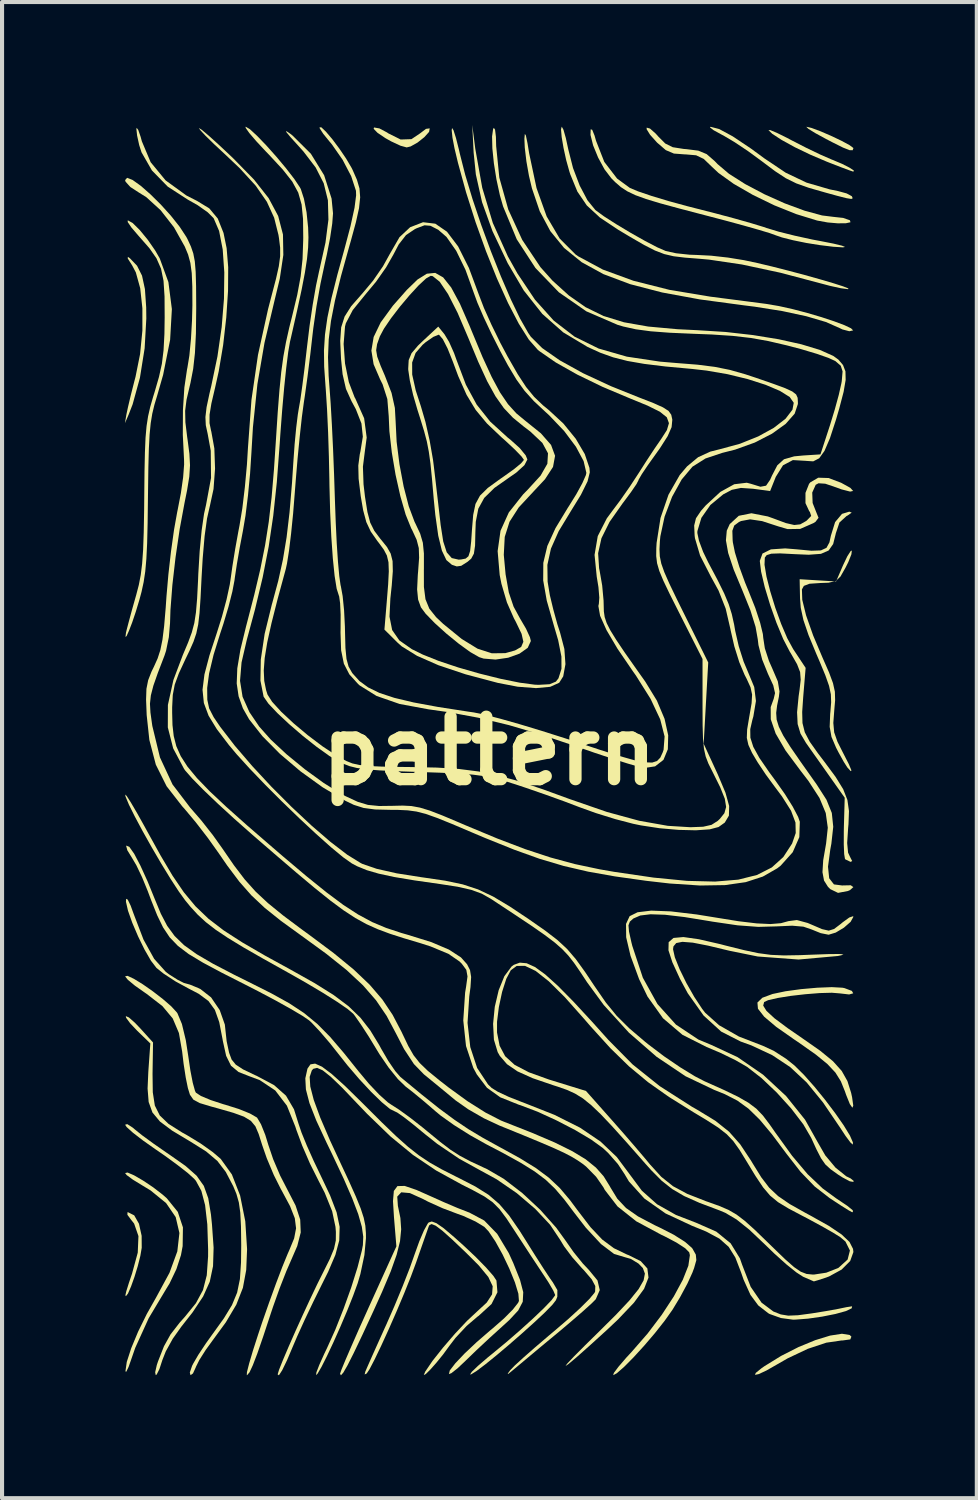
<source format=kicad_pcb>
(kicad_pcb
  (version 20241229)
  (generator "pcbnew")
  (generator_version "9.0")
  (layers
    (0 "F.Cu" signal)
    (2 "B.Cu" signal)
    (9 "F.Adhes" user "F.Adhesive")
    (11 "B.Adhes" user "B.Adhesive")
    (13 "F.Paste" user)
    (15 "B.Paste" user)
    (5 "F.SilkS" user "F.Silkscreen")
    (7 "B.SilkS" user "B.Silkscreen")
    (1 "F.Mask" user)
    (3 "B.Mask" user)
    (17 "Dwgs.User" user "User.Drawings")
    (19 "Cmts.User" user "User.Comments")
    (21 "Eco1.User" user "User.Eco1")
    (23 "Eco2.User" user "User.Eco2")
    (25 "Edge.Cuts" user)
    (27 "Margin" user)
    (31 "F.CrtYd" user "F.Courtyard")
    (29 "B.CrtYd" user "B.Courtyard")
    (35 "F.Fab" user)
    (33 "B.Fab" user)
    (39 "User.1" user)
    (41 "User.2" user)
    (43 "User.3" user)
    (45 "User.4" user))
  (footprint "pattern"
    (layer "F.Cu")
    (at 8.894 15.282)
    (property "Reference" "pattern" (at 0 0 0) (layer "F.SilkS") (effects (font (size 1.524 1.524) (thickness 0.3))))
    (attr board_only exclude_from_pos_files exclude_from_bom)
    (fp_poly (pts (xy 8.467 -4.136) (xy 8.427 -4.139) (xy 8.457 -4.146) (xy 8.481 -4.169)) (stroke (width 0) (type solid)) (fill yes) (layer "F.SilkS"))
    (fp_poly (pts (xy 8.841 -4.799) (xy 8.766 -4.61) (xy 8.7 -4.478) (xy 8.574 -4.256) (xy 8.481 -4.169) (xy 8.639 -4.536) (xy 8.742 -4.752) (xy 8.823 -4.878) (xy 8.852 -4.892)) (stroke (width 0) (type solid)) (fill yes) (layer "F.SilkS"))
    (fp_poly (pts (xy 7.875 -15.206) (xy 8.092 -15.125) (xy 8.349 -15.014) (xy 8.599 -14.895) (xy 8.794 -14.79) (xy 8.888 -14.72) (xy 8.89 -14.713) (xy 8.871 -14.664) (xy 8.796 -14.666) (xy 8.637 -14.729) (xy 8.37 -14.862) (xy 8.213 -14.944) (xy 7.96 -15.082) (xy 7.793 -15.185) (xy 7.741 -15.234) (xy 7.747 -15.236)) (stroke (width 0) (type solid)) (fill yes) (layer "F.SilkS"))
    (fp_poly (pts (xy -2.682 -15.197) (xy -2.493 -15.097) (xy -2.465 -15.077) (xy -2.162 -14.926) (xy -1.899 -14.935) (xy -1.686 -15.078) (xy -1.545 -15.186) (xy -1.453 -15.198) (xy -1.469 -15.112) (xy -1.584 -14.984) (xy -1.75 -14.852) (xy -1.919 -14.757) (xy -2.016 -14.733) (xy -2.168 -14.775) (xy -2.397 -14.882) (xy -2.536 -14.96) (xy -2.728 -15.09) (xy -2.822 -15.187) (xy -2.813 -15.22)) (stroke (width 0) (type solid)) (fill yes) (layer "F.SilkS"))
    (fp_poly (pts (xy 8.799 14.259) (xy 8.841 14.299) (xy 8.815 14.367) (xy 8.626 14.393) (xy 8.6 14.393) (xy 8.229 14.447) (xy 7.777 14.597) (xy 7.288 14.828) (xy 7.03 14.976) (xy 6.768 15.126) (xy 6.581 15.213) (xy 6.488 15.233) (xy 6.506 15.185) (xy 6.653 15.066) (xy 6.718 15.021) (xy 7.127 14.769) (xy 7.55 14.554) (xy 7.957 14.386) (xy 8.321 14.274) (xy 8.611 14.229)) (stroke (width 0) (type solid)) (fill yes) (layer "F.SilkS"))
    (fp_poly (pts (xy -8.668 11.338) (xy -8.551 11.544) (xy -8.486 11.838) (xy -8.484 12.13) (xy -8.518 12.329) (xy -8.581 12.579) (xy -8.661 12.841) (xy -8.745 13.076) (xy -8.819 13.246) (xy -8.87 13.312) (xy -8.883 13.29) (xy -8.861 13.192) (xy -8.796 12.984) (xy -8.721 12.763) (xy -8.581 12.249) (xy -8.564 11.845) (xy -8.669 11.541) (xy -8.735 11.457) (xy -8.834 11.325) (xy -8.831 11.262) (xy -8.822 11.261)) (stroke (width 0) (type solid)) (fill yes) (layer "F.SilkS"))
    (fp_poly (pts (xy 7.021 -15.089) (xy 7.27 -14.966) (xy 7.383 -14.906) (xy 7.732 -14.727) (xy 8.079 -14.56) (xy 8.356 -14.439) (xy 8.382 -14.429) (xy 8.613 -14.332) (xy 8.799 -14.237) (xy 8.903 -14.167) (xy 8.89 -14.142) (xy 8.886 -14.142) (xy 8.794 -14.173) (xy 8.587 -14.25) (xy 8.304 -14.36) (xy 8.238 -14.386) (xy 7.839 -14.556) (xy 7.46 -14.738) (xy 7.139 -14.915) (xy 6.909 -15.065) (xy 6.816 -15.155) (xy 6.86 -15.156)) (stroke (width 0) (type solid)) (fill yes) (layer "F.SilkS"))
    (fp_poly (pts (xy -8.775 -12.029) (xy -8.598 -11.844) (xy -8.477 -11.603) (xy -8.406 -11.275) (xy -8.375 -10.827) (xy -8.372 -10.556) (xy -8.413 -9.828) (xy -8.528 -9.109) (xy -8.706 -8.461) (xy -8.805 -8.206) (xy -8.894 -8.001) (xy -8.858 -8.213) (xy -8.82 -8.391) (xy -8.752 -8.679) (xy -8.664 -9.025) (xy -8.635 -9.135) (xy -8.524 -9.689) (xy -8.468 -10.26) (xy -8.468 -10.808) (xy -8.521 -11.295) (xy -8.628 -11.682) (xy -8.719 -11.855) (xy -8.825 -12.021) (xy -8.823 -12.061)) (stroke (width 0) (type solid)) (fill yes) (layer "F.SilkS"))
    (fp_poly (pts (xy 5.615 -15.181) (xy 5.944 -15.003) (xy 6.391 -14.704) (xy 6.711 -14.469) (xy 7.237 -14.116) (xy 7.745 -13.874) (xy 8.311 -13.709) (xy 8.517 -13.667) (xy 8.725 -13.61) (xy 8.848 -13.544) (xy 8.854 -13.537) (xy 8.873 -13.491) (xy 8.839 -13.475) (xy 8.721 -13.494) (xy 8.493 -13.552) (xy 8.213 -13.629) (xy 7.801 -13.747) (xy 7.496 -13.855) (xy 7.24 -13.981) (xy 6.975 -14.155) (xy 6.642 -14.405) (xy 6.641 -14.406) (xy 6.317 -14.643) (xy 5.989 -14.862) (xy 5.718 -15.023) (xy 5.673 -15.046) (xy 5.479 -15.152) (xy 5.389 -15.221) (xy 5.402 -15.237)) (stroke (width 0) (type solid)) (fill yes) (layer "F.SilkS"))
    (fp_poly (pts (xy -8.67 10.362) (xy -8.45 10.49) (xy -8.205 10.654) (xy -7.973 10.833) (xy -7.871 10.923) (xy -7.604 11.253) (xy -7.478 11.632) (xy -7.485 12.089) (xy -7.526 12.309) (xy -7.637 12.65) (xy -7.805 13.002) (xy -7.88 13.124) (xy -8.313 13.848) (xy -8.642 14.572) (xy -8.727 14.817) (xy -8.805 15.04) (xy -8.862 15.157) (xy -8.882 15.147) (xy -8.849 14.916) (xy -8.74 14.58) (xy -8.572 14.177) (xy -8.36 13.746) (xy -8.136 13.349) (xy -7.806 12.74) (xy -7.615 12.218) (xy -7.564 11.77) (xy -7.655 11.381) (xy -7.889 11.039) (xy -8.268 10.73) (xy -8.473 10.606) (xy -8.7 10.467) (xy -8.852 10.355) (xy -8.89 10.306) (xy -8.829 10.293)) (stroke (width 0) (type solid)) (fill yes) (layer "F.SilkS"))
    (fp_poly (pts (xy 8.023 -4.164) (xy 8.427 -4.139) (xy 8.283 -4.106) (xy 8.084 -4.099) (xy 7.818 -4.081) (xy 7.681 -4.029) (xy 7.633 -3.942) (xy 7.642 -3.688) (xy 7.735 -3.308) (xy 7.908 -2.817) (xy 8.137 -2.276) (xy 8.296 -1.914) (xy 8.392 -1.654) (xy 8.438 -1.446) (xy 8.444 -1.237) (xy 8.423 -0.991) (xy 8.4 -0.682) (xy 8.421 -0.453) (xy 8.501 -0.224) (xy 8.624 0.021) (xy 8.777 0.32) (xy 8.843 0.477) (xy 8.824 0.494) (xy 8.741 0.402) (xy 8.655 0.267) (xy 8.531 0.044) (xy 8.467 -0.08) (xy 8.355 -0.342) (xy 8.311 -0.587) (xy 8.323 -0.899) (xy 8.329 -0.958) (xy 8.347 -1.187) (xy 8.34 -1.382) (xy 8.296 -1.587) (xy 8.206 -1.843) (xy 8.06 -2.195) (xy 7.989 -2.359) (xy 7.794 -2.829) (xy 7.67 -3.194) (xy 7.605 -3.494) (xy 7.587 -3.725) (xy 7.578 -4.191)) (stroke (width 0) (type solid)) (fill yes) (layer "F.SilkS"))
    (fp_poly (pts (xy 3.925 -15.193) (xy 4.066 -15.068) (xy 4.129 -14.997) (xy 4.298 -14.828) (xy 4.48 -14.738) (xy 4.747 -14.696) (xy 4.813 -14.691) (xy 5.104 -14.654) (xy 5.307 -14.57) (xy 5.503 -14.4) (xy 5.575 -14.325) (xy 5.853 -14.089) (xy 6.248 -13.838) (xy 6.717 -13.59) (xy 7.215 -13.367) (xy 7.699 -13.188) (xy 8.126 -13.072) (xy 8.408 -13.037) (xy 8.64 -13.012) (xy 8.805 -12.954) (xy 8.819 -12.906) (xy 8.707 -12.882) (xy 8.508 -12.88) (xy 8.263 -12.901) (xy 8.015 -12.946) (xy 8.001 -12.949) (xy 7.494 -13.105) (xy 6.958 -13.32) (xy 6.435 -13.574) (xy 5.967 -13.844) (xy 5.596 -14.11) (xy 5.433 -14.263) (xy 5.235 -14.453) (xy 5.05 -14.541) (xy 4.794 -14.563) (xy 4.773 -14.563) (xy 4.508 -14.583) (xy 4.31 -14.667) (xy 4.098 -14.85) (xy 4.087 -14.862) (xy 3.926 -15.042) (xy 3.843 -15.176) (xy 3.843 -15.216)) (stroke (width 0) (type solid)) (fill yes) (layer "F.SilkS"))
    (fp_poly (pts (xy 8.621 5.781) (xy 8.67 5.79) (xy 8.853 5.859) (xy 8.886 5.918) (xy 8.786 5.946) (xy 8.57 5.921) (xy 8.563 5.92) (xy 8.364 5.904) (xy 8.067 5.912) (xy 7.717 5.94) (xy 7.359 5.981) (xy 7.041 6.032) (xy 6.807 6.086) (xy 6.711 6.13) (xy 6.688 6.218) (xy 6.768 6.347) (xy 6.964 6.528) (xy 7.288 6.77) (xy 7.645 7.016) (xy 8.081 7.321) (xy 8.392 7.576) (xy 8.605 7.813) (xy 8.744 8.06) (xy 8.835 8.349) (xy 8.859 8.46) (xy 8.887 8.661) (xy 8.865 8.711) (xy 8.803 8.621) (xy 8.713 8.398) (xy 8.683 8.311) (xy 8.584 8.066) (xy 8.451 7.853) (xy 8.255 7.644) (xy 7.972 7.413) (xy 7.574 7.132) (xy 7.451 7.049) (xy 7.007 6.738) (xy 6.712 6.489) (xy 6.56 6.294) (xy 6.547 6.143) (xy 6.668 6.026) (xy 6.917 5.934) (xy 7.231 5.868) (xy 7.613 5.816) (xy 8.009 5.781) (xy 8.363 5.767)) (stroke (width 0) (type solid)) (fill yes) (layer "F.SilkS"))
    (fp_poly (pts (xy 0.894 -15.026) (xy 0.935 -14.83) (xy 0.974 -14.591) (xy 1.154 -13.742) (xy 1.402 -13.048) (xy 1.72 -12.508) (xy 2.107 -12.12) (xy 2.176 -12.072) (xy 2.773 -11.751) (xy 3.519 -11.478) (xy 4.398 -11.256) (xy 5.396 -11.09) (xy 5.419 -11.087) (xy 5.829 -11.034) (xy 6.308 -10.972) (xy 6.753 -10.914) (xy 6.773 -10.911) (xy 7.073 -10.86) (xy 7.413 -10.784) (xy 7.768 -10.691) (xy 8.113 -10.589) (xy 8.422 -10.487) (xy 8.67 -10.394) (xy 8.833 -10.317) (xy 8.884 -10.266) (xy 8.798 -10.247) (xy 8.784 -10.247) (xy 8.621 -10.29) (xy 8.551 -10.324) (xy 8.218 -10.471) (xy 7.743 -10.611) (xy 7.154 -10.738) (xy 6.479 -10.845) (xy 6.223 -10.877) (xy 5.144 -11.022) (xy 4.22 -11.192) (xy 3.439 -11.395) (xy 2.789 -11.639) (xy 2.256 -11.931) (xy 1.827 -12.279) (xy 1.491 -12.69) (xy 1.233 -13.173) (xy 1.042 -13.735) (xy 0.969 -14.043) (xy 0.907 -14.393) (xy 0.867 -14.732) (xy 0.858 -14.944) (xy 0.869 -15.062)) (stroke (width 0) (type solid)) (fill yes) (layer "F.SilkS"))
    (fp_poly (pts (xy -8.704 9.197) (xy -8.657 9.237) (xy -8.477 9.382) (xy -8.205 9.581) (xy -7.893 9.798) (xy -7.809 9.855) (xy -7.416 10.131) (xy -7.144 10.371) (xy -6.968 10.619) (xy -6.86 10.92) (xy -6.794 11.317) (xy -6.769 11.562) (xy -6.729 12.128) (xy -6.743 12.578) (xy -6.823 12.959) (xy -6.985 13.319) (xy -7.243 13.707) (xy -7.518 14.057) (xy -7.726 14.35) (xy -7.897 14.66) (xy -7.98 14.871) (xy -8.052 15.092) (xy -8.119 15.224) (xy -8.142 15.24) (xy -8.156 15.17) (xy -8.116 14.993) (xy -8.087 14.906) (xy -7.941 14.534) (xy -7.78 14.244) (xy -7.558 13.958) (xy -7.432 13.817) (xy -7.162 13.484) (xy -6.989 13.163) (xy -6.896 12.801) (xy -6.864 12.343) (xy -6.863 12.174) (xy -6.883 11.558) (xy -6.937 11.088) (xy -7.028 10.741) (xy -7.162 10.495) (xy -7.205 10.445) (xy -7.361 10.304) (xy -7.619 10.103) (xy -7.935 9.872) (xy -8.149 9.725) (xy -8.454 9.51) (xy -8.699 9.321) (xy -8.852 9.183) (xy -8.89 9.126) (xy -8.837 9.111)) (stroke (width 0) (type solid)) (fill yes) (layer "F.SilkS"))
    (fp_poly (pts (xy 2.513 -15.164) (xy 2.571 -15.022) (xy 2.607 -14.895) (xy 2.809 -14.379) (xy 3.121 -13.973) (xy 3.432 -13.745) (xy 3.634 -13.66) (xy 3.961 -13.549) (xy 4.375 -13.424) (xy 4.837 -13.298) (xy 5.033 -13.248) (xy 5.518 -13.124) (xy 5.986 -12.999) (xy 6.392 -12.884) (xy 6.694 -12.792) (xy 6.769 -12.766) (xy 7.066 -12.676) (xy 7.463 -12.577) (xy 7.894 -12.483) (xy 8.086 -12.447) (xy 8.402 -12.385) (xy 8.609 -12.335) (xy 8.686 -12.303) (xy 8.636 -12.293) (xy 8.399 -12.308) (xy 8.07 -12.348) (xy 7.74 -12.401) (xy 7.417 -12.467) (xy 7.144 -12.536) (xy 6.979 -12.593) (xy 6.978 -12.594) (xy 6.847 -12.641) (xy 6.581 -12.721) (xy 6.208 -12.827) (xy 5.758 -12.949) (xy 5.258 -13.08) (xy 5.249 -13.082) (xy 4.643 -13.241) (xy 4.176 -13.368) (xy 3.825 -13.474) (xy 3.564 -13.569) (xy 3.368 -13.663) (xy 3.214 -13.764) (xy 3.076 -13.884) (xy 2.982 -13.978) (xy 2.814 -14.198) (xy 2.658 -14.485) (xy 2.536 -14.783) (xy 2.472 -15.038) (xy 2.476 -15.175)) (stroke (width 0) (type solid)) (fill yes) (layer "F.SilkS"))
    (fp_poly (pts (xy 1.812 -15.164) (xy 1.869 -14.964) (xy 1.93 -14.684) (xy 2.045 -14.231) (xy 2.208 -13.802) (xy 2.397 -13.444) (xy 2.59 -13.206) (xy 2.594 -13.202) (xy 2.797 -13.053) (xy 3.097 -12.861) (xy 3.445 -12.652) (xy 3.796 -12.454) (xy 4.1 -12.295) (xy 4.309 -12.204) (xy 4.561 -12.149) (xy 4.89 -12.114) (xy 5.083 -12.107) (xy 5.417 -12.09) (xy 5.827 -12.044) (xy 6.227 -11.979) (xy 6.235 -11.977) (xy 6.541 -11.912) (xy 6.907 -11.825) (xy 7.303 -11.724) (xy 7.702 -11.618) (xy 8.076 -11.513) (xy 8.397 -11.419) (xy 8.637 -11.342) (xy 8.767 -11.29) (xy 8.763 -11.272) (xy 8.585 -11.295) (xy 8.321 -11.353) (xy 8.17 -11.393) (xy 7.107 -11.674) (xy 6.169 -11.875) (xy 5.365 -11.994) (xy 5.128 -12.015) (xy 4.773 -12.043) (xy 4.501 -12.076) (xy 4.273 -12.129) (xy 4.046 -12.216) (xy 3.781 -12.351) (xy 3.438 -12.55) (xy 3.153 -12.72) (xy 2.703 -13.02) (xy 2.381 -13.317) (xy 2.151 -13.656) (xy 1.978 -14.077) (xy 1.958 -14.139) (xy 1.878 -14.425) (xy 1.813 -14.723) (xy 1.768 -14.988) (xy 1.752 -15.175) (xy 1.77 -15.24)) (stroke (width 0) (type solid)) (fill yes) (layer "F.SilkS"))
    (fp_poly (pts (xy 5.118 4.598) (xy 5.641 4.718) (xy 5.766 4.751) (xy 6.221 4.864) (xy 6.571 4.938) (xy 6.876 4.979) (xy 7.195 4.993) (xy 7.588 4.986) (xy 7.871 4.975) (xy 8.29 4.96) (xy 8.547 4.958) (xy 8.647 4.967) (xy 8.597 4.989) (xy 8.509 5.007) (xy 7.552 5.093) (xy 6.554 5.019) (xy 5.86 4.878) (xy 5.343 4.754) (xy 4.969 4.681) (xy 4.715 4.661) (xy 4.565 4.691) (xy 4.497 4.772) (xy 4.487 4.842) (xy 4.531 5.039) (xy 4.648 5.33) (xy 4.813 5.667) (xy 5.005 6.005) (xy 5.198 6.298) (xy 5.27 6.391) (xy 5.611 6.697) (xy 6.095 6.973) (xy 6.677 7.198) (xy 6.944 7.321) (xy 7.25 7.518) (xy 7.453 7.681) (xy 7.684 7.91) (xy 7.94 8.199) (xy 8.201 8.52) (xy 8.446 8.844) (xy 8.655 9.144) (xy 8.806 9.392) (xy 8.879 9.559) (xy 8.875 9.611) (xy 8.819 9.561) (xy 8.701 9.403) (xy 8.568 9.201) (xy 8.147 8.581) (xy 7.75 8.095) (xy 7.346 7.718) (xy 6.906 7.426) (xy 6.401 7.19) (xy 6.138 7.095) (xy 5.662 6.852) (xy 5.234 6.462) (xy 4.846 5.916) (xy 4.657 5.566) (xy 4.471 5.162) (xy 4.375 4.867) (xy 4.38 4.67) (xy 4.498 4.566) (xy 4.741 4.544)) (stroke (width 0) (type solid)) (fill yes) (layer "F.SilkS"))
    (fp_poly (pts (xy -8.798 6.507) (xy -8.65 6.637) (xy -8.519 6.774) (xy -8.208 7.118) (xy -8.22 7.886) (xy -8.214 8.334) (xy -8.164 8.658) (xy -8.043 8.901) (xy -7.829 9.106) (xy -7.497 9.316) (xy -7.371 9.386) (xy -7.052 9.58) (xy -6.75 9.794) (xy -6.555 9.961) (xy -6.283 10.34) (xy -6.082 10.854) (xy -5.956 11.482) (xy -5.912 12.163) (xy -5.933 12.672) (xy -6.014 13.107) (xy -6.174 13.517) (xy -6.43 13.949) (xy -6.724 14.351) (xy -6.922 14.624) (xy -7.078 14.87) (xy -7.162 15.039) (xy -7.165 15.05) (xy -7.233 15.198) (xy -7.293 15.24) (xy -7.31 15.175) (xy -7.255 15.013) (xy -7.231 14.965) (xy -7.104 14.746) (xy -6.918 14.465) (xy -6.765 14.251) (xy -6.478 13.852) (xy -6.28 13.527) (xy -6.155 13.225) (xy -6.087 12.895) (xy -6.06 12.488) (xy -6.055 12.065) (xy -6.061 11.606) (xy -6.078 11.273) (xy -6.113 11.024) (xy -6.172 10.815) (xy -6.25 10.627) (xy -6.432 10.279) (xy -6.637 10.011) (xy -6.911 9.779) (xy -7.298 9.536) (xy -7.319 9.524) (xy -7.745 9.268) (xy -8.039 9.048) (xy -8.222 8.828) (xy -8.315 8.571) (xy -8.341 8.242) (xy -8.323 7.833) (xy -8.274 7.142) (xy -8.596 6.83) (xy -8.767 6.649) (xy -8.865 6.516) (xy -8.873 6.474)) (stroke (width 0) (type solid)) (fill yes) (layer "F.SilkS"))
    (fp_poly (pts (xy -8.706 -12.888) (xy -8.533 -12.717) (xy -8.338 -12.48) (xy -8.155 -12.216) (xy -8.044 -12.023) (xy -7.833 -11.446) (xy -7.748 -10.786) (xy -7.791 -10.034) (xy -7.961 -9.183) (xy -8.103 -8.687) (xy -8.174 -8.451) (xy -8.227 -8.231) (xy -8.265 -7.999) (xy -8.292 -7.723) (xy -8.31 -7.375) (xy -8.322 -6.924) (xy -8.33 -6.34) (xy -8.332 -6.189) (xy -8.34 -5.559) (xy -8.352 -5.068) (xy -8.371 -4.685) (xy -8.398 -4.38) (xy -8.437 -4.122) (xy -8.489 -3.882) (xy -8.542 -3.686) (xy -8.63 -3.394) (xy -8.718 -3.133) (xy -8.797 -2.929) (xy -8.854 -2.803) (xy -8.881 -2.782) (xy -8.868 -2.888) (xy -8.85 -2.963) (xy -8.802 -3.147) (xy -8.724 -3.435) (xy -8.63 -3.768) (xy -8.618 -3.81) (xy -8.555 -4.052) (xy -8.508 -4.296) (xy -8.474 -4.571) (xy -8.45 -4.908) (xy -8.435 -5.338) (xy -8.425 -5.891) (xy -8.422 -6.223) (xy -8.416 -6.825) (xy -8.406 -7.289) (xy -8.391 -7.647) (xy -8.366 -7.93) (xy -8.329 -8.169) (xy -8.277 -8.397) (xy -8.206 -8.644) (xy -8.169 -8.763) (xy -8.063 -9.13) (xy -7.992 -9.45) (xy -7.951 -9.782) (xy -7.93 -10.18) (xy -7.924 -10.583) (xy -7.927 -11.094) (xy -7.952 -11.477) (xy -8.013 -11.773) (xy -8.124 -12.025) (xy -8.297 -12.273) (xy -8.547 -12.558) (xy -8.569 -12.583) (xy -8.735 -12.777) (xy -8.826 -12.911) (xy -8.825 -12.954)) (stroke (width 0) (type solid)) (fill yes) (layer "F.SilkS"))
    (fp_poly (pts (xy -1.289 11.53) (xy -1.113 11.652) (xy -0.855 11.871) (xy -0.627 12.075) (xy -0.33 12.355) (xy -0.077 12.613) (xy 0.102 12.818) (xy 0.176 12.93) (xy 0.2 13.216) (xy 0.056 13.503) (xy -0.258 13.791) (xy -0.289 13.813) (xy -0.553 14.039) (xy -0.825 14.331) (xy -0.972 14.523) (xy -1.126 14.734) (xy -1.289 14.935) (xy -1.437 15.102) (xy -1.548 15.212) (xy -1.598 15.238) (xy -1.565 15.158) (xy -1.564 15.155) (xy -1.388 14.895) (xy -1.13 14.569) (xy -0.835 14.226) (xy -0.544 13.916) (xy -0.303 13.691) (xy -0.061 13.467) (xy 0.069 13.268) (xy 0.084 13.069) (xy -0.023 12.843) (xy -0.255 12.562) (xy -0.557 12.26) (xy -0.9 11.933) (xy -1.143 11.715) (xy -1.306 11.592) (xy -1.406 11.551) (xy -1.462 11.578) (xy -1.48 11.616) (xy -1.524 11.741) (xy -1.609 11.983) (xy -1.721 12.303) (xy -1.785 12.488) (xy -1.913 12.833) (xy -2.076 13.24) (xy -2.26 13.677) (xy -2.451 14.113) (xy -2.635 14.516) (xy -2.797 14.854) (xy -2.922 15.094) (xy -2.991 15.198) (xy -3.042 15.223) (xy -3.026 15.155) (xy -2.974 15.034) (xy -2.867 14.791) (xy -2.719 14.461) (xy -2.546 14.077) (xy -2.516 14.012) (xy -2.314 13.552) (xy -2.114 13.068) (xy -1.94 12.623) (xy -1.827 12.304) (xy -1.709 11.976) (xy -1.594 11.706) (xy -1.501 11.538) (xy -1.478 11.512) (xy -1.403 11.488)) (stroke (width 0) (type solid)) (fill yes) (layer "F.SilkS"))
    (fp_poly (pts (xy -1.777 10.718) (xy -1.455 10.861) (xy -1.107 11.017) (xy -0.776 11.158) (xy -0.523 11.257) (xy -0.487 11.27) (xy -0.122 11.465) (xy 0.194 11.79) (xy 0.477 12.261) (xy 0.588 12.505) (xy 0.751 12.913) (xy 0.83 13.214) (xy 0.818 13.448) (xy 0.707 13.661) (xy 0.49 13.894) (xy 0.318 14.051) (xy 0.009 14.331) (xy -0.306 14.625) (xy -0.563 14.873) (xy -0.578 14.888) (xy -0.775 15.074) (xy -0.924 15.191) (xy -0.985 15.214) (xy -0.963 15.125) (xy -0.829 14.951) (xy -0.605 14.714) (xy -0.311 14.437) (xy 0.032 14.14) (xy 0.087 14.095) (xy 0.357 13.858) (xy 0.575 13.639) (xy 0.705 13.473) (xy 0.725 13.428) (xy 0.711 13.251) (xy 0.627 12.975) (xy 0.491 12.641) (xy 0.326 12.294) (xy 0.149 11.975) (xy -0.017 11.729) (xy -0.121 11.619) (xy -0.337 11.488) (xy -0.629 11.355) (xy -0.788 11.297) (xy -1.135 11.166) (xy -1.494 11.004) (xy -1.617 10.94) (xy -1.937 10.795) (xy -2.148 10.776) (xy -2.246 10.881) (xy -2.23 11.11) (xy -2.229 11.112) (xy -2.169 11.403) (xy -2.15 11.68) (xy -2.178 11.969) (xy -2.261 12.301) (xy -2.404 12.704) (xy -2.616 13.206) (xy -2.827 13.674) (xy -3.097 14.257) (xy -3.306 14.695) (xy -3.459 14.998) (xy -3.562 15.177) (xy -3.621 15.244) (xy -3.641 15.207) (xy -3.641 15.2) (xy -3.607 15.103) (xy -3.514 14.878) (xy -3.371 14.547) (xy -3.191 14.137) (xy -2.982 13.673) (xy -2.954 13.61) (xy -2.267 12.095) (xy -2.326 11.382) (xy -2.35 10.992) (xy -2.329 10.743) (xy -2.241 10.624) (xy -2.064 10.62)) (stroke (width 0) (type solid)) (fill yes) (layer "F.SilkS"))
    (fp_poly (pts (xy 8.849 -5.817) (xy 8.749 -5.747) (xy 8.722 -5.733) (xy 8.55 -5.577) (xy 8.459 -5.306) (xy 8.458 -5.297) (xy 8.396 -5.05) (xy 8.286 -4.893) (xy 8.098 -4.811) (xy 7.799 -4.789) (xy 7.448 -4.804) (xy 7.1 -4.822) (xy 6.887 -4.815) (xy 6.773 -4.78) (xy 6.728 -4.721) (xy 6.72 -4.546) (xy 6.768 -4.256) (xy 6.861 -3.892) (xy 6.984 -3.493) (xy 7.127 -3.099) (xy 7.276 -2.75) (xy 7.419 -2.487) (xy 7.421 -2.484) (xy 7.724 -2.027) (xy 7.665 -1.317) (xy 7.64 -0.951) (xy 7.647 -0.68) (xy 7.703 -0.455) (xy 7.824 -0.225) (xy 8.026 0.06) (xy 8.174 0.254) (xy 8.456 0.635) (xy 8.641 0.935) (xy 8.744 1.198) (xy 8.782 1.468) (xy 8.77 1.79) (xy 8.762 1.875) (xy 8.738 2.249) (xy 8.76 2.484) (xy 8.807 2.584) (xy 8.86 2.689) (xy 8.821 2.709) (xy 8.695 2.649) (xy 8.684 2.635) (xy 8.665 2.52) (xy 8.655 2.282) (xy 8.656 1.964) (xy 8.658 1.851) (xy 8.678 1.143) (xy 8.319 0.635) (xy 8.101 0.326) (xy 7.885 0.021) (xy 7.732 -0.196) (xy 7.599 -0.422) (xy 7.529 -0.655) (xy 7.515 -0.944) (xy 7.553 -1.335) (xy 7.576 -1.494) (xy 7.604 -1.738) (xy 7.589 -1.925) (xy 7.515 -2.116) (xy 7.366 -2.376) (xy 7.334 -2.428) (xy 7.177 -2.73) (xy 7.013 -3.125) (xy 6.857 -3.565) (xy 6.726 -3.998) (xy 6.637 -4.376) (xy 6.605 -4.638) (xy 6.671 -4.819) (xy 6.876 -4.92) (xy 7.224 -4.944) (xy 7.5 -4.922) (xy 7.865 -4.887) (xy 8.097 -4.895) (xy 8.233 -4.958) (xy 8.305 -5.091) (xy 8.341 -5.256) (xy 8.444 -5.587) (xy 8.612 -5.787) (xy 8.79 -5.841)) (stroke (width 0) (type solid)) (fill yes) (layer "F.SilkS"))
    (fp_poly (pts (xy -8.675 5.564) (xy -8.457 5.698) (xy -8.21 5.871) (xy -7.967 6.059) (xy -7.761 6.238) (xy -7.626 6.385) (xy -7.612 6.406) (xy -7.503 6.667) (xy -7.408 7.062) (xy -7.348 7.449) (xy -7.296 7.804) (xy -7.238 8.103) (xy -7.183 8.3) (xy -7.162 8.343) (xy -7.039 8.424) (xy -6.8 8.524) (xy -6.492 8.625) (xy -6.435 8.641) (xy -6.111 8.743) (xy -5.842 8.852) (xy -5.677 8.947) (xy -5.665 8.958) (xy -5.572 9.115) (xy -5.468 9.374) (xy -5.394 9.616) (xy -5.275 9.968) (xy -5.105 10.367) (xy -4.947 10.674) (xy -4.728 11.098) (xy -4.615 11.442) (xy -4.602 11.755) (xy -4.687 12.087) (xy -4.81 12.371) (xy -4.955 12.704) (xy -5.12 13.126) (xy -5.276 13.564) (xy -5.327 13.716) (xy -5.515 14.286) (xy -5.661 14.709) (xy -5.772 14.998) (xy -5.852 15.17) (xy -5.909 15.237) (xy -5.919 15.24) (xy -5.915 15.165) (xy -5.862 14.956) (xy -5.769 14.641) (xy -5.642 14.246) (xy -5.543 13.949) (xy -5.374 13.466) (xy -5.205 13) (xy -5.05 12.592) (xy -4.924 12.284) (xy -4.881 12.187) (xy -4.763 11.9) (xy -4.716 11.655) (xy -4.747 11.408) (xy -4.863 11.114) (xy -5.069 10.729) (xy -5.088 10.696) (xy -5.26 10.353) (xy -5.432 9.943) (xy -5.545 9.618) (xy -5.629 9.353) (xy -5.709 9.165) (xy -5.819 9.032) (xy -5.987 8.93) (xy -6.245 8.836) (xy -6.624 8.727) (xy -6.792 8.681) (xy -7.067 8.598) (xy -7.223 8.514) (xy -7.307 8.394) (xy -7.357 8.232) (xy -7.409 7.978) (xy -7.462 7.636) (xy -7.497 7.342) (xy -7.576 6.888) (xy -7.727 6.532) (xy -7.979 6.23) (xy -8.362 5.933) (xy -8.406 5.903) (xy -8.649 5.732) (xy -8.822 5.589) (xy -8.89 5.505) (xy -8.89 5.504) (xy -8.831 5.491)) (stroke (width 0) (type solid)) (fill yes) (layer "F.SilkS"))
    (fp_poly (pts (xy 4.434 3.918) (xy 5.065 3.993) (xy 5.503 4.064) (xy 6.085 4.158) (xy 6.53 4.211) (xy 6.866 4.227) (xy 7.121 4.206) (xy 7.304 4.156) (xy 7.51 4.129) (xy 7.775 4.201) (xy 7.869 4.241) (xy 8.125 4.351) (xy 8.288 4.388) (xy 8.419 4.347) (xy 8.58 4.225) (xy 8.63 4.183) (xy 8.79 4.067) (xy 8.882 4.036) (xy 8.89 4.05) (xy 8.822 4.173) (xy 8.658 4.316) (xy 8.459 4.435) (xy 8.287 4.487) (xy 8.282 4.487) (xy 8.092 4.449) (xy 7.875 4.361) (xy 7.671 4.291) (xy 7.395 4.267) (xy 7.012 4.284) (xy 6.568 4.296) (xy 6.063 4.258) (xy 5.45 4.168) (xy 5.387 4.157) (xy 4.767 4.056) (xy 4.291 4) (xy 3.938 3.988) (xy 3.688 4.018) (xy 3.52 4.091) (xy 3.515 4.095) (xy 3.433 4.167) (xy 3.399 4.257) (xy 3.412 4.41) (xy 3.47 4.671) (xy 3.492 4.759) (xy 3.75 5.538) (xy 4.106 6.179) (xy 4.558 6.682) (xy 5.107 7.047) (xy 5.419 7.177) (xy 6.062 7.476) (xy 6.684 7.904) (xy 7.246 8.425) (xy 7.711 9.005) (xy 8.007 9.533) (xy 8.203 9.874) (xy 8.454 10.174) (xy 8.716 10.385) (xy 8.823 10.437) (xy 8.897 10.498) (xy 8.89 10.522) (xy 8.802 10.507) (xy 8.627 10.414) (xy 8.517 10.344) (xy 8.334 10.213) (xy 8.205 10.095) (xy 8.1 9.945) (xy 7.984 9.719) (xy 7.86 9.448) (xy 7.666 9.115) (xy 7.372 8.731) (xy 7.018 8.34) (xy 6.645 7.986) (xy 6.294 7.713) (xy 6.013 7.551) (xy 5.652 7.375) (xy 5.306 7.228) (xy 4.717 6.931) (xy 4.242 6.527) (xy 3.864 5.998) (xy 3.658 5.571) (xy 3.449 5.002) (xy 3.343 4.551) (xy 3.339 4.224) (xy 3.427 4.035) (xy 3.621 3.939) (xy 3.955 3.899)) (stroke (width 0) (type solid)) (fill yes) (layer "F.SilkS"))
    (fp_poly (pts (xy -8.826 3.63) (xy -8.754 3.778) (xy -8.681 3.979) (xy -8.44 4.608) (xy -8.18 5.077) (xy -7.895 5.395) (xy -7.812 5.458) (xy -7.606 5.588) (xy -7.456 5.664) (xy -7.423 5.673) (xy -7.305 5.706) (xy -7.104 5.789) (xy -7.051 5.814) (xy -6.791 6.017) (xy -6.58 6.327) (xy -6.455 6.681) (xy -6.436 6.858) (xy -6.411 7.087) (xy -6.354 7.355) (xy -6.35 7.371) (xy -6.289 7.535) (xy -6.188 7.659) (xy -6.009 7.776) (xy -5.714 7.917) (xy -5.677 7.933) (xy -5.253 8.159) (xy -4.962 8.417) (xy -4.767 8.749) (xy -4.656 9.102) (xy -4.584 9.315) (xy -4.454 9.633) (xy -4.286 10.009) (xy -4.133 10.329) (xy -3.886 10.85) (xy -3.726 11.266) (xy -3.652 11.619) (xy -3.662 11.951) (xy -3.756 12.303) (xy -3.932 12.715) (xy -4.083 13.018) (xy -4.295 13.447) (xy -4.506 13.89) (xy -4.687 14.289) (xy -4.786 14.52) (xy -4.937 14.876) (xy -5.056 15.122) (xy -5.135 15.243) (xy -5.165 15.222) (xy -5.165 15.218) (xy -5.131 15.107) (xy -5.038 14.874) (xy -4.901 14.552) (xy -4.734 14.172) (xy -4.551 13.768) (xy -4.366 13.369) (xy -4.194 13.008) (xy -4.061 12.742) (xy -3.891 12.401) (xy -3.79 12.155) (xy -3.746 11.953) (xy -3.744 11.743) (xy -3.754 11.619) (xy -3.835 11.238) (xy -4.016 10.789) (xy -4.176 10.476) (xy -4.376 10.076) (xy -4.565 9.64) (xy -4.71 9.249) (xy -4.734 9.173) (xy -4.94 8.661) (xy -5.224 8.29) (xy -5.601 8.038) (xy -5.839 7.949) (xy -6.12 7.839) (xy -6.305 7.685) (xy -6.423 7.445) (xy -6.504 7.08) (xy -6.509 7.048) (xy -6.592 6.621) (xy -6.698 6.322) (xy -6.855 6.106) (xy -7.091 5.931) (xy -7.342 5.8) (xy -7.658 5.628) (xy -7.949 5.438) (xy -8.125 5.297) (xy -8.259 5.122) (xy -8.415 4.851) (xy -8.573 4.528) (xy -8.714 4.198) (xy -8.819 3.902) (xy -8.869 3.684) (xy -8.866 3.611)) (stroke (width 0) (type solid)) (fill yes) (layer "F.SilkS"))
    (fp_poly (pts (xy -1.094 -10.173) (xy -0.981 -9.986) (xy -0.859 -9.712) (xy -0.799 -9.545) (xy -0.57 -8.94) (xy -0.307 -8.455) (xy 0.023 -8.04) (xy 0.454 -7.647) (xy 0.529 -7.587) (xy 0.744 -7.393) (xy 0.89 -7.215) (xy 0.931 -7.115) (xy 0.859 -6.976) (xy 0.662 -6.796) (xy 0.508 -6.689) (xy 0.127 -6.421) (xy -0.123 -6.176) (xy -0.267 -5.913) (xy -0.329 -5.592) (xy -0.339 -5.332) (xy -0.346 -5.013) (xy -0.375 -4.815) (xy -0.44 -4.694) (xy -0.527 -4.619) (xy -0.684 -4.519) (xy -0.793 -4.504) (xy -0.912 -4.544) (xy -1.046 -4.658) (xy -1.156 -4.889) (xy -1.245 -5.253) (xy -1.317 -5.764) (xy -1.355 -6.147) (xy -1.398 -6.643) (xy -1.435 -7.014) (xy -1.475 -7.302) (xy -1.523 -7.552) (xy -1.59 -7.805) (xy -1.682 -8.105) (xy -1.754 -8.331) (xy -1.859 -8.693) (xy -1.938 -9.038) (xy -1.977 -9.301) (xy -1.978 -9.333) (xy -1.97 -9.483) (xy -1.882 -9.483) (xy -1.881 -9.187) (xy -1.794 -8.798) (xy -1.667 -8.407) (xy -1.558 -8.033) (xy -1.454 -7.573) (xy -1.373 -7.108) (xy -1.355 -6.967) (xy -1.302 -6.518) (xy -1.247 -6.045) (xy -1.199 -5.631) (xy -1.187 -5.521) (xy -1.123 -5.111) (xy -1.038 -4.848) (xy -0.916 -4.708) (xy -0.745 -4.669) (xy -0.685 -4.674) (xy -0.576 -4.695) (xy -0.508 -4.752) (xy -0.467 -4.88) (xy -0.441 -5.115) (xy -0.423 -5.385) (xy -0.392 -5.762) (xy -0.336 -6.029) (xy -0.226 -6.232) (xy -0.035 -6.42) (xy 0.265 -6.638) (xy 0.356 -6.701) (xy 0.6 -6.875) (xy 0.775 -7.019) (xy 0.846 -7.103) (xy 0.847 -7.105) (xy 0.787 -7.189) (xy 0.628 -7.354) (xy 0.399 -7.568) (xy 0.295 -7.66) (xy -0.057 -7.995) (xy -0.33 -8.323) (xy -0.553 -8.692) (xy -0.757 -9.149) (xy -0.889 -9.504) (xy -1.017 -9.824) (xy -1.134 -10.052) (xy -1.224 -10.157) (xy -1.238 -10.16) (xy -1.367 -10.107) (xy -1.556 -9.975) (xy -1.627 -9.914) (xy -1.798 -9.716) (xy -1.882 -9.483) (xy -1.97 -9.483) (xy -1.966 -9.542) (xy -1.897 -9.709) (xy -1.74 -9.894) (xy -1.616 -10.013) (xy -1.245 -10.359)) (stroke (width 0) (type solid)) (fill yes) (layer "F.SilkS"))
    (fp_poly (pts (xy -8.851 1.1) (xy -8.748 1.261) (xy -8.595 1.522) (xy -8.407 1.859) (xy -8.357 1.951) (xy -8.023 2.554) (xy -7.731 3.047) (xy -7.455 3.452) (xy -7.171 3.794) (xy -6.856 4.096) (xy -6.483 4.382) (xy -6.031 4.674) (xy -5.473 4.998) (xy -4.853 5.338) (xy -4.26 5.671) (xy -3.796 5.962) (xy -3.434 6.234) (xy -3.146 6.512) (xy -2.907 6.819) (xy -2.688 7.178) (xy -2.633 7.279) (xy -2.464 7.569) (xy -2.296 7.815) (xy -2.17 7.959) (xy -1.648 8.39) (xy -1.219 8.732) (xy -0.848 9.006) (xy -0.503 9.238) (xy -0.15 9.449) (xy 0.22 9.653) (xy 0.741 9.939) (xy 1.142 10.186) (xy 1.457 10.421) (xy 1.723 10.672) (xy 1.972 10.967) (xy 2.147 11.203) (xy 2.472 11.627) (xy 2.758 11.929) (xy 3.043 12.141) (xy 3.361 12.294) (xy 3.408 12.312) (xy 3.699 12.457) (xy 3.86 12.635) (xy 3.888 12.857) (xy 3.78 13.132) (xy 3.534 13.469) (xy 3.146 13.878) (xy 2.877 14.132) (xy 2.451 14.519) (xy 2.138 14.797) (xy 1.941 14.963) (xy 1.862 15.018) (xy 1.901 14.961) (xy 2.061 14.791) (xy 2.343 14.508) (xy 2.642 14.214) (xy 3.093 13.766) (xy 3.424 13.414) (xy 3.646 13.139) (xy 3.768 12.927) (xy 3.8 12.761) (xy 3.75 12.625) (xy 3.644 12.516) (xy 3.457 12.402) (xy 3.314 12.361) (xy 3.047 12.28) (xy 2.728 12.039) (xy 2.357 11.639) (xy 2.071 11.269) (xy 1.828 10.947) (xy 1.607 10.689) (xy 1.378 10.47) (xy 1.11 10.268) (xy 0.773 10.058) (xy 0.337 9.817) (xy -0.078 9.6) (xy -0.47 9.38) (xy -0.858 9.136) (xy -1.183 8.905) (xy -1.306 8.803) (xy -1.584 8.563) (xy -1.865 8.331) (xy -2.043 8.193) (xy -2.23 8.012) (xy -2.455 7.733) (xy -2.679 7.406) (xy -2.74 7.306) (xy -2.939 6.978) (xy -3.132 6.681) (xy -3.284 6.463) (xy -3.321 6.416) (xy -3.456 6.302) (xy -3.712 6.126) (xy -4.062 5.905) (xy -4.479 5.657) (xy -4.897 5.42) (xy -5.513 5.076) (xy -6.002 4.796) (xy -6.384 4.563) (xy -6.683 4.363) (xy -6.919 4.18) (xy -7.116 3.999) (xy -7.295 3.804) (xy -7.424 3.647) (xy -7.583 3.426) (xy -7.784 3.117) (xy -8.009 2.749) (xy -8.24 2.354) (xy -8.46 1.962) (xy -8.651 1.605) (xy -8.796 1.314) (xy -8.878 1.118) (xy -8.889 1.065)) (stroke (width 0) (type solid)) (fill yes) (layer "F.SilkS"))
    (fp_poly (pts (xy 8.284 -6.662) (xy 8.591 -6.546) (xy 8.815 -6.422) (xy 8.884 -6.346) (xy 8.809 -6.331) (xy 8.6 -6.385) (xy 8.478 -6.43) (xy 8.204 -6.523) (xy 8.039 -6.534) (xy 7.97 -6.497) (xy 7.885 -6.307) (xy 7.895 -6.052) (xy 7.98 -5.836) (xy 8.039 -5.691) (xy 7.965 -5.593) (xy 7.916 -5.562) (xy 7.592 -5.42) (xy 7.284 -5.415) (xy 7.061 -5.48) (xy 6.662 -5.61) (xy 6.369 -5.653) (xy 6.148 -5.612) (xy 6.096 -5.588) (xy 5.981 -5.502) (xy 5.935 -5.374) (xy 5.942 -5.146) (xy 5.947 -5.093) (xy 5.998 -4.844) (xy 6.104 -4.497) (xy 6.246 -4.108) (xy 6.338 -3.884) (xy 6.495 -3.49) (xy 6.613 -3.13) (xy 6.68 -2.853) (xy 6.689 -2.76) (xy 6.728 -2.505) (xy 6.829 -2.195) (xy 6.908 -2.017) (xy 7.045 -1.697) (xy 7.086 -1.451) (xy 7.071 -1.321) (xy 7.027 -1.107) (xy 7.005 -0.929) (xy 7.016 -0.764) (xy 7.071 -0.587) (xy 7.179 -0.372) (xy 7.352 -0.097) (xy 7.6 0.263) (xy 7.933 0.734) (xy 7.996 0.823) (xy 8.233 1.193) (xy 8.363 1.515) (xy 8.398 1.852) (xy 8.352 2.267) (xy 8.326 2.406) (xy 8.27 2.827) (xy 8.299 3.109) (xy 8.415 3.259) (xy 8.622 3.286) (xy 8.637 3.284) (xy 8.826 3.28) (xy 8.889 3.325) (xy 8.807 3.398) (xy 8.756 3.42) (xy 8.515 3.466) (xy 8.325 3.374) (xy 8.268 3.316) (xy 8.173 3.165) (xy 8.135 2.961) (xy 8.153 2.668) (xy 8.224 2.258) (xy 8.265 1.875) (xy 8.215 1.517) (xy 8.062 1.149) (xy 7.792 0.733) (xy 7.606 0.491) (xy 7.234 -0.009) (xy 6.992 -0.424) (xy 6.873 -0.772) (xy 6.871 -1.069) (xy 6.945 -1.274) (xy 6.977 -1.411) (xy 6.934 -1.6) (xy 6.804 -1.882) (xy 6.663 -2.23) (xy 6.572 -2.585) (xy 6.556 -2.722) (xy 6.502 -3.027) (xy 6.376 -3.432) (xy 6.19 -3.893) (xy 6.187 -3.9) (xy 5.968 -4.426) (xy 5.833 -4.832) (xy 5.778 -5.141) (xy 5.799 -5.378) (xy 5.871 -5.537) (xy 6.092 -5.74) (xy 6.401 -5.802) (xy 6.801 -5.724) (xy 6.933 -5.677) (xy 7.242 -5.562) (xy 7.446 -5.515) (xy 7.592 -5.531) (xy 7.73 -5.609) (xy 7.752 -5.625) (xy 7.86 -5.736) (xy 7.827 -5.835) (xy 7.811 -5.853) (xy 7.72 -6.049) (xy 7.72 -6.299) (xy 7.807 -6.519) (xy 7.838 -6.556) (xy 8.032 -6.67)) (stroke (width 0) (type solid)) (fill yes) (layer "F.SilkS"))
    (fp_poly (pts (xy -8.787 2.342) (xy -8.668 2.511) (xy -8.516 2.801) (xy -8.339 3.19) (xy -8.167 3.613) (xy -8.017 3.975) (xy -7.863 4.27) (xy -7.681 4.519) (xy -7.45 4.743) (xy -7.144 4.962) (xy -6.742 5.197) (xy -6.221 5.468) (xy -5.886 5.634) (xy -5.325 5.916) (xy -4.881 6.162) (xy -4.518 6.402) (xy -4.199 6.664) (xy -3.887 6.979) (xy -3.547 7.377) (xy -3.191 7.822) (xy -2.936 8.127) (xy -2.684 8.393) (xy -2.474 8.581) (xy -2.391 8.637) (xy -2.199 8.76) (xy -1.928 8.957) (xy -1.625 9.194) (xy -1.518 9.282) (xy -1.194 9.548) (xy -0.945 9.738) (xy -0.719 9.883) (xy -0.463 10.019) (xy -0.123 10.178) (xy -0.056 10.208) (xy 0.356 10.448) (xy 0.806 10.794) (xy 1.247 11.205) (xy 1.634 11.639) (xy 1.85 11.937) (xy 2.058 12.234) (xy 2.285 12.515) (xy 2.429 12.667) (xy 2.643 12.928) (xy 2.698 13.163) (xy 2.601 13.386) (xy 2.499 13.489) (xy 2.294 13.674) (xy 2.015 13.916) (xy 1.691 14.19) (xy 1.651 14.223) (xy 1.311 14.504) (xy 1.001 14.763) (xy 0.754 14.97) (xy 0.601 15.098) (xy 0.595 15.103) (xy 0.466 15.209) (xy 0.45 15.203) (xy 0.511 15.12) (xy 0.619 15.008) (xy 0.831 14.814) (xy 1.119 14.561) (xy 1.456 14.273) (xy 1.581 14.168) (xy 1.924 13.874) (xy 2.219 13.604) (xy 2.443 13.381) (xy 2.568 13.232) (xy 2.585 13.2) (xy 2.589 13.065) (xy 2.503 12.903) (xy 2.309 12.676) (xy 2.261 12.627) (xy 2.031 12.367) (xy 1.831 12.101) (xy 1.732 11.938) (xy 1.487 11.57) (xy 1.121 11.179) (xy 0.673 10.797) (xy 0.183 10.46) (xy -0.204 10.248) (xy -0.73 9.958) (xy -1.267 9.595) (xy -1.57 9.355) (xy -1.851 9.123) (xy -2.087 8.939) (xy -2.247 8.828) (xy -2.296 8.805) (xy -2.422 8.743) (xy -2.627 8.573) (xy -2.885 8.322) (xy -3.171 8.015) (xy -3.46 7.678) (xy -3.647 7.442) (xy -3.894 7.13) (xy -4.137 6.847) (xy -4.335 6.636) (xy -4.397 6.579) (xy -4.559 6.468) (xy -4.842 6.301) (xy -5.213 6.094) (xy -5.641 5.867) (xy -5.948 5.71) (xy -6.533 5.413) (xy -6.988 5.17) (xy -7.337 4.96) (xy -7.601 4.76) (xy -7.802 4.551) (xy -7.963 4.309) (xy -8.106 4.015) (xy -8.253 3.647) (xy -8.34 3.415) (xy -8.474 3.088) (xy -8.615 2.792) (xy -8.73 2.597) (xy -8.835 2.427) (xy -8.864 2.32) (xy -8.86 2.312)) (stroke (width 0) (type solid)) (fill yes) (layer "F.SilkS"))
    (fp_poly (pts (xy -4.082 7.71) (xy -3.844 7.889) (xy -3.523 8.178) (xy -3.107 8.586) (xy -3.071 8.622) (xy -2.628 9.064) (xy -2.274 9.405) (xy -1.979 9.668) (xy -1.714 9.876) (xy -1.451 10.051) (xy -1.161 10.215) (xy -0.815 10.391) (xy -0.761 10.417) (xy -0.34 10.634) (xy -0.018 10.836) (xy 0.243 11.06) (xy 0.484 11.34) (xy 0.742 11.715) (xy 0.909 11.98) (xy 1.125 12.324) (xy 1.326 12.638) (xy 1.485 12.878) (xy 1.552 12.973) (xy 1.663 13.163) (xy 1.662 13.325) (xy 1.628 13.41) (xy 1.541 13.522) (xy 1.358 13.709) (xy 1.104 13.947) (xy 0.806 14.215) (xy 0.49 14.491) (xy 0.181 14.752) (xy -0.094 14.975) (xy -0.311 15.139) (xy -0.442 15.22) (xy -0.468 15.223) (xy -0.425 15.157) (xy -0.275 15.013) (xy -0.048 14.817) (xy 0.064 14.726) (xy 0.41 14.44) (xy 0.753 14.143) (xy 1.069 13.857) (xy 1.333 13.605) (xy 1.52 13.41) (xy 1.606 13.294) (xy 1.609 13.282) (xy 1.565 13.178) (xy 1.453 12.986) (xy 1.365 12.851) (xy 1.212 12.62) (xy 1 12.299) (xy 0.765 11.939) (xy 0.638 11.745) (xy 0.422 11.416) (xy 0.251 11.187) (xy 0.085 11.02) (xy -0.119 10.877) (xy -0.403 10.722) (xy -0.672 10.586) (xy -1.297 10.243) (xy -1.863 9.862) (xy -2.411 9.412) (xy -2.982 8.86) (xy -3.232 8.599) (xy -3.596 8.217) (xy -3.869 7.955) (xy -4.065 7.799) (xy -4.202 7.738) (xy -4.296 7.761) (xy -4.332 7.802) (xy -4.384 7.958) (xy -4.369 8.193) (xy -4.285 8.519) (xy -4.126 8.952) (xy -3.888 9.507) (xy -3.668 9.982) (xy -3.43 10.492) (xy -3.257 10.878) (xy -3.138 11.171) (xy -3.064 11.399) (xy -3.025 11.59) (xy -3.011 11.775) (xy -3.01 11.896) (xy -3.048 12.309) (xy -3.146 12.772) (xy -3.212 12.996) (xy -3.324 13.303) (xy -3.468 13.665) (xy -3.632 14.052) (xy -3.801 14.431) (xy -3.96 14.77) (xy -4.095 15.038) (xy -4.191 15.203) (xy -4.228 15.24) (xy -4.219 15.17) (xy -4.147 14.984) (xy -4.026 14.715) (xy -3.963 14.584) (xy -3.76 14.134) (xy -3.557 13.622) (xy -3.369 13.097) (xy -3.215 12.606) (xy -3.11 12.198) (xy -3.085 12.065) (xy -3.076 11.86) (xy -3.111 11.615) (xy -3.198 11.31) (xy -3.344 10.926) (xy -3.555 10.441) (xy -3.84 9.836) (xy -3.97 9.567) (xy -4.222 9.025) (xy -4.389 8.599) (xy -4.476 8.264) (xy -4.49 7.993) (xy -4.439 7.762) (xy -4.436 7.754) (xy -4.365 7.652) (xy -4.251 7.634)) (stroke (width 0) (type solid)) (fill yes) (layer "F.SilkS"))
    (fp_poly (pts (xy -1.125 -11.56) (xy -0.929 -11.313) (xy -0.717 -10.92) (xy -0.478 -10.372) (xy -0.426 -10.245) (xy -0.165 -9.618) (xy 0.06 -9.129) (xy 0.262 -8.753) (xy 0.458 -8.465) (xy 0.66 -8.242) (xy 0.859 -8.077) (xy 1.261 -7.753) (xy 1.509 -7.47) (xy 1.607 -7.205) (xy 1.557 -6.933) (xy 1.361 -6.632) (xy 1.072 -6.323) (xy 0.72 -5.944) (xy 0.495 -5.594) (xy 0.378 -5.224) (xy 0.355 -4.787) (xy 0.399 -4.311) (xy 0.478 -3.867) (xy 0.594 -3.523) (xy 0.751 -3.234) (xy 0.897 -2.985) (xy 0.993 -2.776) (xy 1.016 -2.683) (xy 0.939 -2.516) (xy 0.74 -2.375) (xy 0.463 -2.275) (xy 0.155 -2.23) (xy -0.137 -2.254) (xy -0.246 -2.289) (xy -0.463 -2.413) (xy -0.744 -2.617) (xy -1.048 -2.865) (xy -1.332 -3.122) (xy -1.555 -3.352) (xy -1.668 -3.505) (xy -1.737 -3.695) (xy -1.761 -3.942) (xy -1.744 -4.296) (xy -1.737 -4.376) (xy -1.712 -4.715) (xy -1.72 -4.952) (xy -1.772 -5.153) (xy -1.879 -5.385) (xy -1.906 -5.436) (xy -2.04 -5.767) (xy -2.17 -6.219) (xy -2.287 -6.741) (xy -2.379 -7.287) (xy -2.438 -7.806) (xy -2.454 -8.171) (xy -2.488 -8.59) (xy -2.603 -8.948) (xy -2.667 -9.077) (xy -2.823 -9.439) (xy -2.877 -9.772) (xy -2.876 -9.782) (xy -2.761 -9.782) (xy -2.734 -9.622) (xy -2.65 -9.398) (xy -2.548 -9.161) (xy -2.385 -8.739) (xy -2.304 -8.373) (xy -2.286 -8.05) (xy -2.261 -7.547) (xy -2.192 -6.998) (xy -2.09 -6.456) (xy -1.965 -5.972) (xy -1.825 -5.597) (xy -1.8 -5.546) (xy -1.686 -5.304) (xy -1.621 -5.082) (xy -1.595 -4.819) (xy -1.595 -4.452) (xy -1.596 -4.422) (xy -1.595 -4.003) (xy -1.557 -3.703) (xy -1.463 -3.473) (xy -1.297 -3.265) (xy -1.125 -3.102) (xy -0.671 -2.732) (xy -0.284 -2.495) (xy 0.063 -2.383) (xy 0.393 -2.387) (xy 0.629 -2.453) (xy 0.779 -2.538) (xy 0.833 -2.664) (xy 0.789 -2.859) (xy 0.647 -3.155) (xy 0.601 -3.24) (xy 0.432 -3.623) (xy 0.298 -4.078) (xy 0.255 -4.293) (xy 0.205 -4.878) (xy 0.275 -5.374) (xy 0.478 -5.822) (xy 0.827 -6.263) (xy 0.939 -6.377) (xy 1.254 -6.722) (xy 1.419 -7.01) (xy 1.434 -7.266) (xy 1.297 -7.519) (xy 1.006 -7.794) (xy 0.836 -7.924) (xy 0.579 -8.134) (xy 0.357 -8.368) (xy 0.153 -8.656) (xy -0.05 -9.023) (xy -0.269 -9.499) (xy -0.509 -10.077) (xy -0.773 -10.695) (xy -1.007 -11.154) (xy -1.21 -11.454) (xy -1.379 -11.59) (xy -1.428 -11.599) (xy -1.541 -11.535) (xy -1.723 -11.366) (xy -1.945 -11.125) (xy -2.18 -10.846) (xy -2.398 -10.562) (xy -2.571 -10.308) (xy -2.671 -10.12) (xy -2.738 -9.931) (xy -2.761 -9.782) (xy -2.876 -9.782) (xy -2.822 -10.105) (xy -2.65 -10.461) (xy -2.353 -10.868) (xy -2.014 -11.253) (xy -1.751 -11.508) (xy -1.523 -11.65) (xy -1.319 -11.67)) (stroke (width 0) (type solid)) (fill yes) (layer "F.SilkS"))
    (fp_poly (pts (xy 0.914 5.184) (xy 1.116 5.276) (xy 1.365 5.456) (xy 1.674 5.734) (xy 2.053 6.118) (xy 2.516 6.618) (xy 2.906 7.053) (xy 3.5 7.654) (xy 4.165 8.186) (xy 4.947 8.686) (xy 5.082 8.763) (xy 5.523 9.032) (xy 5.854 9.296) (xy 6.126 9.603) (xy 6.391 10.003) (xy 6.434 10.075) (xy 6.642 10.411) (xy 6.835 10.664) (xy 7.053 10.869) (xy 7.336 11.063) (xy 7.724 11.281) (xy 7.832 11.339) (xy 8.288 11.594) (xy 8.603 11.806) (xy 8.795 11.988) (xy 8.881 12.157) (xy 8.89 12.234) (xy 8.812 12.452) (xy 8.603 12.662) (xy 8.298 12.829) (xy 8.221 12.858) (xy 8.03 12.92) (xy 7.929 12.95) (xy 7.925 12.951) (xy 7.851 12.919) (xy 7.681 12.845) (xy 7.662 12.837) (xy 7.499 12.732) (xy 7.255 12.536) (xy 6.966 12.277) (xy 6.731 12.05) (xy 6.349 11.688) (xy 6.037 11.439) (xy 5.763 11.277) (xy 5.63 11.221) (xy 5.134 11.034) (xy 4.76 10.868) (xy 4.466 10.696) (xy 4.211 10.495) (xy 3.954 10.236) (xy 3.805 10.07) (xy 3.359 9.563) (xy 3.004 9.168) (xy 2.719 8.867) (xy 2.486 8.645) (xy 2.285 8.483) (xy 2.095 8.366) (xy 1.898 8.276) (xy 1.673 8.197) (xy 1.563 8.162) (xy 1.057 7.989) (xy 0.689 7.823) (xy 0.432 7.647) (xy 0.258 7.445) (xy 0.206 7.354) (xy 0.114 7.049) (xy 0.094 6.664) (xy 0.099 6.613) (xy 0.19 6.613) (xy 0.19 6.874) (xy 0.253 7.197) (xy 0.388 7.453) (xy 0.618 7.663) (xy 0.967 7.846) (xy 1.458 8.023) (xy 1.537 8.047) (xy 2.362 8.302) (xy 2.98 8.998) (xy 3.276 9.334) (xy 3.568 9.672) (xy 3.815 9.963) (xy 3.925 10.096) (xy 4.199 10.397) (xy 4.485 10.626) (xy 4.834 10.814) (xy 5.295 10.995) (xy 5.334 11.008) (xy 5.618 11.11) (xy 5.84 11.205) (xy 6.035 11.318) (xy 6.236 11.471) (xy 6.478 11.688) (xy 6.795 11.995) (xy 6.911 12.108) (xy 7.218 12.405) (xy 7.439 12.6) (xy 7.605 12.714) (xy 7.747 12.769) (xy 7.898 12.784) (xy 7.927 12.784) (xy 8.228 12.738) (xy 8.514 12.626) (xy 8.53 12.616) (xy 8.749 12.417) (xy 8.805 12.197) (xy 8.697 11.979) (xy 8.572 11.872) (xy 8.391 11.759) (xy 8.109 11.599) (xy 7.777 11.419) (xy 7.65 11.353) (xy 7.302 11.169) (xy 7.05 11.016) (xy 6.857 10.857) (xy 6.686 10.656) (xy 6.5 10.378) (xy 6.286 10.026) (xy 6.109 9.738) (xy 5.958 9.526) (xy 5.796 9.356) (xy 5.588 9.194) (xy 5.296 9.007) (xy 5.001 8.83) (xy 4.389 8.449) (xy 3.874 8.085) (xy 3.413 7.702) (xy 2.961 7.261) (xy 2.475 6.726) (xy 2.315 6.541) (xy 1.845 6.012) (xy 1.453 5.624) (xy 1.132 5.371) (xy 0.874 5.248) (xy 0.671 5.249) (xy 0.526 5.355) (xy 0.416 5.564) (xy 0.314 5.883) (xy 0.235 6.253) (xy 0.19 6.613) (xy 0.099 6.613) (xy 0.135 6.247) (xy 0.23 5.843) (xy 0.369 5.5) (xy 0.544 5.264) (xy 0.601 5.222) (xy 0.746 5.169)) (stroke (width 0) (type solid)) (fill yes) (layer "F.SilkS"))
    (fp_poly (pts (xy -1.317 -12.871) (xy -1.032 -12.675) (xy -0.76 -12.316) (xy -0.497 -11.792) (xy -0.252 -11.134) (xy -0.129 -10.813) (xy 0.054 -10.405) (xy 0.269 -9.965) (xy 0.448 -9.628) (xy 0.693 -9.2) (xy 0.899 -8.885) (xy 1.095 -8.645) (xy 1.312 -8.437) (xy 1.452 -8.323) (xy 1.809 -7.993) (xy 2.111 -7.622) (xy 2.332 -7.247) (xy 2.446 -6.91) (xy 2.455 -6.801) (xy 2.4 -6.581) (xy 2.239 -6.254) (xy 1.997 -5.861) (xy 1.695 -5.363) (xy 1.506 -4.938) (xy 1.419 -4.541) (xy 1.425 -4.131) (xy 1.479 -3.804) (xy 1.565 -3.447) (xy 1.663 -3.093) (xy 1.729 -2.889) (xy 1.834 -2.488) (xy 1.86 -2.117) (xy 1.806 -1.82) (xy 1.708 -1.664) (xy 1.489 -1.565) (xy 1.142 -1.533) (xy 0.695 -1.567) (xy 0.212 -1.66) (xy -0.578 -1.87) (xy -1.241 -2.092) (xy -1.764 -2.322) (xy -2.136 -2.552) (xy -2.232 -2.637) (xy -2.559 -2.962) (xy -2.504 -3.619) (xy -2.468 -4.067) (xy -2.452 -4.384) (xy -2.46 -4.606) (xy -2.499 -4.77) (xy -2.574 -4.913) (xy -2.691 -5.073) (xy -2.731 -5.124) (xy -2.893 -5.356) (xy -3.001 -5.586) (xy -3.078 -5.874) (xy -3.137 -6.217) (xy -3.189 -6.644) (xy -3.197 -6.966) (xy -3.161 -7.24) (xy -3.144 -7.316) (xy -3.086 -7.672) (xy -3.12 -7.993) (xy -3.257 -8.343) (xy -3.363 -8.539) (xy -3.498 -8.838) (xy -3.58 -9.195) (xy -3.618 -9.567) (xy -3.635 -9.935) (xy -3.555 -9.935) (xy -3.521 -9.459) (xy -3.428 -9.003) (xy -3.288 -8.635) (xy -3.269 -8.602) (xy -3.054 -8.12) (xy -2.992 -7.65) (xy -3.041 -7.281) (xy -3.084 -6.939) (xy -3.069 -6.51) (xy -3.033 -6.202) (xy -2.974 -5.832) (xy -2.906 -5.574) (xy -2.806 -5.373) (xy -2.655 -5.173) (xy -2.639 -5.155) (xy -2.497 -4.978) (xy -2.406 -4.817) (xy -2.36 -4.634) (xy -2.354 -4.388) (xy -2.38 -4.041) (xy -2.414 -3.72) (xy -2.435 -3.278) (xy -2.37 -2.95) (xy -2.195 -2.698) (xy -1.89 -2.484) (xy -1.623 -2.352) (xy -1.233 -2.196) (xy -0.756 -2.037) (xy -0.237 -1.888) (xy 0.278 -1.76) (xy 0.742 -1.666) (xy 1.109 -1.617) (xy 1.204 -1.613) (xy 1.473 -1.628) (xy 1.626 -1.691) (xy 1.69 -1.772) (xy 1.763 -2.003) (xy 1.762 -2.302) (xy 1.683 -2.701) (xy 1.575 -3.07) (xy 1.404 -3.669) (xy 1.317 -4.162) (xy 1.32 -4.592) (xy 1.418 -5.003) (xy 1.617 -5.438) (xy 1.921 -5.94) (xy 1.934 -5.959) (xy 2.126 -6.268) (xy 2.274 -6.539) (xy 2.359 -6.733) (xy 2.371 -6.787) (xy 2.304 -7.075) (xy 2.116 -7.426) (xy 1.83 -7.808) (xy 1.464 -8.192) (xy 1.368 -8.28) (xy 1.088 -8.541) (xy 0.865 -8.788) (xy 0.665 -9.064) (xy 0.455 -9.415) (xy 0.269 -9.76) (xy 0.059 -10.175) (xy -0.135 -10.586) (xy -0.29 -10.944) (xy -0.378 -11.185) (xy -0.58 -11.745) (xy -0.806 -12.208) (xy -1.044 -12.548) (xy -1.246 -12.723) (xy -1.436 -12.82) (xy -1.58 -12.832) (xy -1.769 -12.761) (xy -1.815 -12.739) (xy -2.031 -12.594) (xy -2.211 -12.363) (xy -2.338 -12.12) (xy -2.515 -11.809) (xy -2.761 -11.458) (xy -3.014 -11.154) (xy -3.332 -10.762) (xy -3.501 -10.44) (xy -3.521 -10.361) (xy -3.555 -9.935) (xy -3.635 -9.935) (xy -3.638 -10.011) (xy -3.615 -10.34) (xy -3.531 -10.604) (xy -3.372 -10.855) (xy -3.119 -11.144) (xy -3.099 -11.166) (xy -2.838 -11.478) (xy -2.595 -11.83) (xy -2.431 -12.126) (xy -2.191 -12.542) (xy -1.932 -12.784) (xy -1.616 -12.907)) (stroke (width 0) (type solid)) (fill yes) (layer "F.SilkS"))
    (fp_poly (pts (xy -7.019 -15.164) (xy -6.852 -15.023) (xy -6.61 -14.805) (xy -6.317 -14.53) (xy -6.241 -14.457) (xy -5.745 -13.95) (xy -5.386 -13.495) (xy -5.153 -13.059) (xy -5.036 -12.608) (xy -5.027 -12.108) (xy -5.114 -11.526) (xy -5.239 -11.007) (xy -5.487 -9.963) (xy -5.66 -8.954) (xy -5.769 -7.903) (xy -5.806 -7.281) (xy -5.839 -6.769) (xy -5.89 -6.235) (xy -5.951 -5.742) (xy -6.013 -5.376) (xy -6.09 -4.971) (xy -6.16 -4.567) (xy -6.21 -4.237) (xy -6.219 -4.166) (xy -6.271 -3.892) (xy -6.366 -3.518) (xy -6.49 -3.103) (xy -6.572 -2.854) (xy -6.73 -2.347) (xy -6.839 -1.892) (xy -6.886 -1.538) (xy -6.886 -1.522) (xy -6.883 -1.248) (xy -6.838 -1.038) (xy -6.728 -0.824) (xy -6.569 -0.59) (xy -6.212 -0.127) (xy -5.787 0.369) (xy -5.316 0.876) (xy -4.825 1.368) (xy -4.337 1.824) (xy -3.877 2.22) (xy -3.469 2.533) (xy -3.136 2.739) (xy -3.09 2.761) (xy -2.746 2.879) (xy -2.258 2.989) (xy -1.654 3.084) (xy -1.609 3.09) (xy -1.078 3.168) (xy -0.649 3.258) (xy -0.274 3.381) (xy 0.094 3.555) (xy 0.501 3.798) (xy 0.967 4.109) (xy 1.368 4.389) (xy 1.667 4.619) (xy 1.902 4.837) (xy 2.113 5.083) (xy 2.341 5.399) (xy 2.567 5.738) (xy 2.846 6.142) (xy 3.113 6.469) (xy 3.417 6.771) (xy 3.806 7.102) (xy 3.891 7.17) (xy 4.267 7.455) (xy 4.662 7.724) (xy 5.021 7.944) (xy 5.249 8.062) (xy 5.722 8.274) (xy 6.071 8.442) (xy 6.326 8.588) (xy 6.52 8.734) (xy 6.682 8.903) (xy 6.845 9.118) (xy 6.976 9.306) (xy 7.394 9.885) (xy 7.774 10.335) (xy 8.14 10.682) (xy 8.473 10.926) (xy 8.743 11.107) (xy 8.875 11.215) (xy 8.877 11.259) (xy 8.857 11.261) (xy 8.776 11.217) (xy 8.592 11.102) (xy 8.343 10.939) (xy 8.306 10.914) (xy 7.945 10.634) (xy 7.602 10.278) (xy 7.259 9.838) (xy 6.902 9.36) (xy 6.602 9.001) (xy 6.33 8.735) (xy 6.057 8.537) (xy 5.751 8.38) (xy 5.495 8.277) (xy 4.791 7.942) (xy 4.085 7.467) (xy 3.41 6.879) (xy 2.796 6.204) (xy 2.389 5.649) (xy 2.215 5.385) (xy 2.069 5.173) (xy 1.93 4.996) (xy 1.778 4.835) (xy 1.591 4.672) (xy 1.348 4.489) (xy 1.029 4.267) (xy 0.612 3.989) (xy 0.077 3.636) (xy 0.039 3.611) (xy -0.183 3.485) (xy -0.439 3.392) (xy -0.773 3.316) (xy -1.201 3.25) (xy -1.831 3.16) (xy -2.321 3.078) (xy -2.697 2.997) (xy -2.989 2.912) (xy -3.224 2.816) (xy -3.354 2.747) (xy -3.566 2.597) (xy -3.867 2.348) (xy -4.233 2.021) (xy -4.64 1.642) (xy -5.062 1.234) (xy -5.474 0.822) (xy -5.852 0.428) (xy -6.17 0.078) (xy -6.356 -0.144) (xy -6.65 -0.53) (xy -6.852 -0.86) (xy -6.967 -1.169) (xy -7 -1.493) (xy -6.953 -1.868) (xy -6.831 -2.33) (xy -6.657 -2.86) (xy -6.526 -3.276) (xy -6.413 -3.697) (xy -6.335 -4.059) (xy -6.315 -4.191) (xy -6.27 -4.511) (xy -6.203 -4.925) (xy -6.125 -5.358) (xy -6.097 -5.503) (xy -6.028 -5.922) (xy -5.966 -6.44) (xy -5.916 -6.984) (xy -5.89 -7.408) (xy -5.805 -8.572) (xy -5.646 -9.667) (xy -5.4 -10.784) (xy -5.32 -11.091) (xy -5.207 -11.521) (xy -5.137 -11.833) (xy -5.105 -12.073) (xy -5.105 -12.286) (xy -5.133 -12.516) (xy -5.146 -12.597) (xy -5.251 -13.016) (xy -5.43 -13.407) (xy -5.702 -13.799) (xy -6.089 -14.222) (xy -6.436 -14.551) (xy -6.709 -14.805) (xy -6.924 -15.015) (xy -7.057 -15.158) (xy -7.088 -15.207)) (stroke (width 0) (type solid)) (fill yes) (layer "F.SilkS"))
    (fp_poly (pts (xy -8.705 -13.937) (xy -8.508 -13.796) (xy -8.272 -13.589) (xy -8.019 -13.339) (xy -7.774 -13.068) (xy -7.558 -12.796) (xy -7.394 -12.546) (xy -7.363 -12.487) (xy -7.282 -12.311) (xy -7.225 -12.144) (xy -7.188 -11.951) (xy -7.167 -11.697) (xy -7.157 -11.347) (xy -7.154 -10.868) (xy -7.154 -10.795) (xy -7.161 -10.19) (xy -7.185 -9.713) (xy -7.228 -9.325) (xy -7.294 -8.984) (xy -7.311 -8.912) (xy -7.39 -8.575) (xy -7.424 -8.303) (xy -7.418 -8.023) (xy -7.374 -7.66) (xy -7.365 -7.6) (xy -7.32 -7.253) (xy -7.305 -6.972) (xy -7.323 -6.695) (xy -7.377 -6.361) (xy -7.439 -6.054) (xy -7.557 -5.417) (xy -7.658 -4.729) (xy -7.736 -4.049) (xy -7.783 -3.436) (xy -7.793 -3.115) (xy -7.822 -2.777) (xy -7.89 -2.444) (xy -7.928 -2.328) (xy -8.091 -1.903) (xy -8.2 -1.592) (xy -8.261 -1.356) (xy -8.283 -1.151) (xy -8.271 -0.936) (xy -8.234 -0.669) (xy -8.225 -0.608) (xy -8.039 0.159) (xy -7.732 0.819) (xy -7.296 1.391) (xy -7.295 1.391) (xy -7.033 1.693) (xy -6.748 2.055) (xy -6.523 2.371) (xy -6.233 2.792) (xy -5.971 3.136) (xy -5.705 3.433) (xy -5.402 3.716) (xy -5.031 4.018) (xy -4.558 4.372) (xy -4.415 4.475) (xy -3.799 4.935) (xy -3.308 5.338) (xy -2.919 5.708) (xy -2.61 6.068) (xy -2.358 6.445) (xy -2.14 6.861) (xy -2.119 6.906) (xy -1.976 7.205) (xy -1.847 7.43) (xy -1.698 7.619) (xy -1.499 7.811) (xy -1.215 8.043) (xy -0.989 8.219) (xy -0.529 8.553) (xy -0.09 8.83) (xy 0.284 9.022) (xy 0.357 9.052) (xy 1.049 9.325) (xy 1.599 9.56) (xy 2.028 9.772) (xy 2.357 9.972) (xy 2.605 10.173) (xy 2.794 10.387) (xy 2.943 10.628) (xy 2.958 10.656) (xy 3.127 10.933) (xy 3.339 11.159) (xy 3.632 11.364) (xy 4.04 11.579) (xy 4.171 11.641) (xy 4.507 11.813) (xy 4.781 11.987) (xy 4.949 12.134) (xy 4.963 12.154) (xy 5.043 12.297) (xy 5.056 12.431) (xy 5.002 12.623) (xy 4.959 12.738) (xy 4.837 13.005) (xy 4.659 13.336) (xy 4.474 13.642) (xy 4.285 13.909) (xy 4.046 14.212) (xy 3.783 14.52) (xy 3.522 14.806) (xy 3.29 15.04) (xy 3.113 15.194) (xy 3.025 15.24) (xy 3.043 15.184) (xy 3.157 15.032) (xy 3.346 14.812) (xy 3.474 14.674) (xy 3.865 14.225) (xy 4.213 13.765) (xy 4.505 13.319) (xy 4.725 12.912) (xy 4.861 12.568) (xy 4.898 12.311) (xy 4.882 12.241) (xy 4.783 12.141) (xy 4.569 12.002) (xy 4.282 11.851) (xy 4.203 11.814) (xy 3.589 11.484) (xy 3.132 11.121) (xy 2.821 10.718) (xy 2.787 10.654) (xy 2.609 10.397) (xy 2.367 10.15) (xy 2.285 10.084) (xy 2.151 9.992) (xy 2.006 9.905) (xy 1.826 9.811) (xy 1.585 9.7) (xy 1.261 9.561) (xy 0.829 9.382) (xy 0.263 9.152) (xy 0.246 9.145) (xy -0.132 8.968) (xy -0.515 8.748) (xy -0.819 8.534) (xy -0.827 8.528) (xy -1.119 8.286) (xy -1.419 8.04) (xy -1.594 7.897) (xy -1.839 7.645) (xy -2.08 7.279) (xy -2.281 6.89) (xy -2.506 6.468) (xy -2.765 6.087) (xy -3.082 5.723) (xy -3.481 5.351) (xy -3.984 4.949) (xy -4.579 4.516) (xy -5.084 4.15) (xy -5.481 3.832) (xy -5.807 3.526) (xy -6.099 3.195) (xy -6.396 2.8) (xy -6.606 2.495) (xy -6.869 2.126) (xy -7.166 1.741) (xy -7.441 1.412) (xy -7.494 1.354) (xy -7.877 0.862) (xy -8.14 0.335) (xy -8.298 -0.268) (xy -8.363 -0.874) (xy -8.378 -1.251) (xy -8.369 -1.516) (xy -8.327 -1.726) (xy -8.245 -1.936) (xy -8.185 -2.059) (xy -8.096 -2.257) (xy -8.029 -2.464) (xy -7.978 -2.715) (xy -7.937 -3.046) (xy -7.899 -3.493) (xy -7.88 -3.771) (xy -7.833 -4.309) (xy -7.769 -4.873) (xy -7.695 -5.401) (xy -7.618 -5.831) (xy -7.606 -5.888) (xy -7.528 -6.293) (xy -7.473 -6.681) (xy -7.449 -6.995) (xy -7.451 -7.112) (xy -7.481 -7.715) (xy -7.478 -8.32) (xy -7.443 -8.873) (xy -7.377 -9.319) (xy -7.369 -9.356) (xy -7.321 -9.651) (xy -7.282 -10.058) (xy -7.256 -10.517) (xy -7.247 -10.88) (xy -7.249 -11.336) (xy -7.263 -11.666) (xy -7.296 -11.912) (xy -7.352 -12.117) (xy -7.433 -12.312) (xy -7.697 -12.783) (xy -8.023 -13.2) (xy -8.373 -13.519) (xy -8.559 -13.635) (xy -8.761 -13.766) (xy -8.878 -13.895) (xy -8.89 -13.936) (xy -8.84 -13.991)) (stroke (width 0) (type solid)) (fill yes) (layer "F.SilkS"))
    (fp_poly (pts (xy -8.569 -15.16) (xy -8.51 -14.99) (xy -8.481 -14.883) (xy -8.266 -14.372) (xy -7.901 -13.928) (xy -7.394 -13.56) (xy -7.136 -13.428) (xy -6.835 -13.245) (xy -6.627 -12.996) (xy -6.487 -12.645) (xy -6.411 -12.272) (xy -6.373 -11.808) (xy -6.377 -11.228) (xy -6.42 -10.58) (xy -6.496 -9.91) (xy -6.604 -9.268) (xy -6.694 -8.863) (xy -6.784 -8.479) (xy -6.828 -8.208) (xy -6.829 -8.003) (xy -6.791 -7.816) (xy -6.785 -7.795) (xy -6.711 -7.384) (xy -6.694 -6.891) (xy -6.731 -6.393) (xy -6.823 -5.968) (xy -6.825 -5.961) (xy -6.89 -5.673) (xy -6.949 -5.242) (xy -6.996 -4.695) (xy -7.023 -4.233) (xy -7.048 -3.733) (xy -7.073 -3.364) (xy -7.105 -3.088) (xy -7.152 -2.867) (xy -7.221 -2.664) (xy -7.32 -2.441) (xy -7.415 -2.244) (xy -7.579 -1.89) (xy -7.678 -1.619) (xy -7.726 -1.366) (xy -7.741 -1.066) (xy -7.741 -0.931) (xy -7.733 -0.63) (xy -7.703 -0.364) (xy -7.64 -0.116) (xy -7.532 0.127) (xy -7.368 0.382) (xy -7.135 0.664) (xy -6.823 0.987) (xy -6.419 1.366) (xy -5.912 1.818) (xy -5.29 2.356) (xy -5.038 2.573) (xy -4.456 3.064) (xy -3.972 3.454) (xy -3.562 3.76) (xy -3.199 3.995) (xy -2.859 4.178) (xy -2.516 4.322) (xy -2.147 4.444) (xy -1.99 4.489) (xy -1.411 4.669) (xy -0.984 4.851) (xy -0.691 5.041) (xy -0.541 5.209) (xy -0.469 5.352) (xy -0.442 5.52) (xy -0.458 5.768) (xy -0.488 5.993) (xy -0.53 6.639) (xy -0.463 7.231) (xy -0.295 7.741) (xy -0.031 8.14) (xy 0.061 8.23) (xy 0.212 8.323) (xy 0.472 8.444) (xy 0.786 8.568) (xy 0.823 8.581) (xy 1.594 8.886) (xy 2.218 9.199) (xy 2.717 9.537) (xy 3.114 9.915) (xy 3.404 10.304) (xy 3.725 10.736) (xy 4.096 11.067) (xy 4.559 11.329) (xy 5.05 11.519) (xy 5.543 11.736) (xy 5.893 12.021) (xy 6.119 12.388) (xy 6.173 12.542) (xy 6.383 13.084) (xy 6.648 13.47) (xy 6.935 13.685) (xy 7.117 13.757) (xy 7.299 13.787) (xy 7.537 13.777) (xy 7.874 13.732) (xy 8.214 13.677) (xy 8.514 13.623) (xy 8.711 13.582) (xy 8.721 13.58) (xy 8.859 13.559) (xy 8.848 13.608) (xy 8.709 13.675) (xy 8.452 13.746) (xy 8.127 13.811) (xy 7.784 13.86) (xy 7.474 13.884) (xy 7.415 13.885) (xy 7.119 13.845) (xy 6.844 13.746) (xy 6.812 13.728) (xy 6.567 13.537) (xy 6.377 13.28) (xy 6.211 12.913) (xy 6.146 12.726) (xy 6.008 12.368) (xy 5.845 12.107) (xy 5.619 11.907) (xy 5.294 11.733) (xy 4.95 11.593) (xy 4.304 11.292) (xy 3.786 10.927) (xy 3.411 10.512) (xy 3.301 10.328) (xy 3.139 10.084) (xy 2.907 9.82) (xy 2.776 9.697) (xy 2.489 9.489) (xy 2.093 9.254) (xy 1.639 9.019) (xy 1.179 8.808) (xy 0.763 8.65) (xy 0.72 8.637) (xy 0.27 8.457) (xy -0.056 8.224) (xy -0.303 7.899) (xy -0.39 7.737) (xy -0.567 7.205) (xy -0.634 6.58) (xy -0.589 5.9) (xy -0.565 5.755) (xy -0.531 5.506) (xy -0.56 5.345) (xy -0.67 5.196) (xy -0.726 5.14) (xy -0.997 4.954) (xy -1.433 4.773) (xy -1.685 4.692) (xy -2.085 4.573) (xy -2.424 4.464) (xy -2.722 4.353) (xy -2.998 4.229) (xy -3.27 4.079) (xy -3.559 3.89) (xy -3.883 3.65) (xy -4.262 3.346) (xy -4.714 2.967) (xy -5.26 2.499) (xy -5.794 2.037) (xy -6.224 1.657) (xy -6.626 1.288) (xy -6.976 0.954) (xy -7.249 0.676) (xy -7.423 0.478) (xy -7.451 0.438) (xy -7.716 -0.061) (xy -7.847 -0.574) (xy -7.845 -1.123) (xy -7.71 -1.734) (xy -7.481 -2.341) (xy -7.353 -2.644) (xy -7.262 -2.89) (xy -7.2 -3.122) (xy -7.16 -3.383) (xy -7.132 -3.716) (xy -7.109 -4.164) (xy -7.103 -4.318) (xy -7.069 -4.88) (xy -7.021 -5.383) (xy -6.963 -5.787) (xy -6.913 -6.011) (xy -6.792 -6.664) (xy -6.799 -7.328) (xy -6.875 -7.745) (xy -6.92 -7.951) (xy -6.929 -8.15) (xy -6.901 -8.391) (xy -6.83 -8.725) (xy -6.786 -8.911) (xy -6.636 -9.628) (xy -6.532 -10.347) (xy -6.476 -11.04) (xy -6.468 -11.681) (xy -6.507 -12.241) (xy -6.595 -12.693) (xy -6.728 -13.004) (xy -6.873 -13.149) (xy -7.116 -13.321) (xy -7.358 -13.458) (xy -7.849 -13.776) (xy -8.235 -14.171) (xy -8.489 -14.613) (xy -8.546 -14.79) (xy -8.597 -15.024) (xy -8.614 -15.18) (xy -8.608 -15.211)) (stroke (width 0) (type solid)) (fill yes) (layer "F.SilkS"))
    (fp_poly (pts (xy -3.986 -15.116) (xy -3.83 -14.932) (xy -3.658 -14.702) (xy -3.494 -14.46) (xy -3.363 -14.238) (xy -3.335 -14.182) (xy -3.23 -13.943) (xy -3.168 -13.732) (xy -3.151 -13.513) (xy -3.179 -13.25) (xy -3.255 -12.907) (xy -3.38 -12.448) (xy -3.423 -12.297) (xy -3.621 -11.585) (xy -3.766 -10.996) (xy -3.864 -10.495) (xy -3.919 -10.045) (xy -3.936 -9.611) (xy -3.921 -9.156) (xy -3.901 -8.89) (xy -3.872 -8.491) (xy -3.842 -7.97) (xy -3.813 -7.372) (xy -3.788 -6.744) (xy -3.768 -6.138) (xy -3.748 -5.583) (xy -3.723 -5.065) (xy -3.693 -4.616) (xy -3.661 -4.266) (xy -3.63 -4.048) (xy -3.623 -4.022) (xy -3.579 -3.78) (xy -3.544 -3.432) (xy -3.524 -3.04) (xy -3.521 -2.906) (xy -3.511 -2.513) (xy -3.485 -2.245) (xy -3.434 -2.059) (xy -3.351 -1.912) (xy -3.336 -1.891) (xy -3.17 -1.707) (xy -2.958 -1.551) (xy -2.68 -1.415) (xy -2.316 -1.295) (xy -1.846 -1.183) (xy -1.25 -1.073) (xy -0.508 -0.958) (xy -0.381 -0.94) (xy -0.125 -0.888) (xy 0.259 -0.789) (xy 0.736 -0.654) (xy 1.275 -0.491) (xy 1.842 -0.311) (xy 2.057 -0.24) (xy 2.682 -0.033) (xy 3.167 0.121) (xy 3.531 0.224) (xy 3.794 0.278) (xy 3.977 0.285) (xy 4.097 0.246) (xy 4.176 0.164) (xy 4.233 0.04) (xy 4.256 -0.026) (xy 4.281 -0.352) (xy 4.174 -0.77) (xy 3.939 -1.27) (xy 3.58 -1.841) (xy 3.506 -1.945) (xy 3.131 -2.495) (xy 2.863 -2.949) (xy 2.706 -3.299) (xy 2.664 -3.538) (xy 2.676 -3.591) (xy 2.687 -3.741) (xy 2.666 -3.997) (xy 2.624 -4.255) (xy 2.571 -4.785) (xy 2.649 -5.244) (xy 2.87 -5.677) (xy 3.005 -5.86) (xy 3.202 -6.123) (xy 3.435 -6.457) (xy 3.642 -6.773) (xy 3.844 -7.089) (xy 4.043 -7.391) (xy 4.197 -7.614) (xy 4.199 -7.617) (xy 4.337 -7.832) (xy 4.387 -8.001) (xy 4.335 -8.144) (xy 4.166 -8.28) (xy 3.864 -8.43) (xy 3.461 -8.595) (xy 2.772 -8.885) (xy 2.149 -9.187) (xy 1.623 -9.484) (xy 1.227 -9.758) (xy 1.185 -9.792) (xy 0.967 -10.04) (xy 0.722 -10.428) (xy 0.459 -10.933) (xy 0.189 -11.531) (xy -0.078 -12.196) (xy -0.333 -12.906) (xy -0.565 -13.635) (xy -0.764 -14.359) (xy -0.849 -14.715) (xy -0.898 -14.971) (xy -0.917 -15.153) (xy -0.908 -15.207) (xy -0.872 -15.151) (xy -0.813 -14.965) (xy -0.742 -14.686) (xy -0.72 -14.588) (xy -0.587 -14.065) (xy -0.408 -13.471) (xy -0.195 -12.838) (xy 0.04 -12.199) (xy 0.285 -11.584) (xy 0.526 -11.025) (xy 0.752 -10.555) (xy 0.951 -10.205) (xy 1.016 -10.11) (xy 1.293 -9.834) (xy 1.722 -9.535) (xy 2.287 -9.222) (xy 2.974 -8.903) (xy 3.641 -8.635) (xy 4.006 -8.493) (xy 4.242 -8.387) (xy 4.378 -8.299) (xy 4.443 -8.207) (xy 4.468 -8.093) (xy 4.469 -8.081) (xy 4.452 -7.904) (xy 4.356 -7.685) (xy 4.167 -7.389) (xy 4.067 -7.249) (xy 3.873 -6.977) (xy 3.725 -6.757) (xy 3.647 -6.623) (xy 3.641 -6.603) (xy 3.592 -6.51) (xy 3.464 -6.323) (xy 3.284 -6.08) (xy 3.262 -6.052) (xy 2.937 -5.59) (xy 2.739 -5.192) (xy 2.658 -4.825) (xy 2.682 -4.458) (xy 2.696 -4.391) (xy 2.757 -4.04) (xy 2.791 -3.67) (xy 2.794 -3.559) (xy 2.798 -3.406) (xy 2.818 -3.268) (xy 2.866 -3.122) (xy 2.956 -2.944) (xy 3.1 -2.711) (xy 3.309 -2.4) (xy 3.598 -1.989) (xy 3.808 -1.693) (xy 4.093 -1.227) (xy 4.28 -0.783) (xy 4.369 -0.381) (xy 4.36 -0.04) (xy 4.253 0.219) (xy 4.049 0.377) (xy 3.794 0.416) (xy 3.652 0.387) (xy 3.382 0.309) (xy 3.012 0.192) (xy 2.575 0.047) (xy 2.201 -0.083) (xy 1.289 -0.391) (xy 0.48 -0.63) (xy -0.271 -0.811) (xy -1.01 -0.948) (xy -1.482 -1.015) (xy -2.189 -1.146) (xy -2.752 -1.342) (xy -3.164 -1.599) (xy -3.203 -1.634) (xy -3.416 -1.87) (xy -3.549 -2.129) (xy -3.616 -2.455) (xy -3.631 -2.893) (xy -3.629 -2.992) (xy -3.628 -3.329) (xy -3.641 -3.604) (xy -3.664 -3.771) (xy -3.672 -3.793) (xy -3.725 -3.96) (xy -3.775 -4.272) (xy -3.819 -4.705) (xy -3.856 -5.233) (xy -3.884 -5.832) (xy -3.901 -6.478) (xy -3.903 -6.626) (xy -3.915 -7.187) (xy -3.934 -7.779) (xy -3.96 -8.341) (xy -3.99 -8.812) (xy -3.999 -8.932) (xy -4.03 -9.377) (xy -4.035 -9.776) (xy -4.01 -10.165) (xy -3.951 -10.579) (xy -3.852 -11.053) (xy -3.709 -11.621) (xy -3.54 -12.234) (xy -3.387 -12.812) (xy -3.289 -13.259) (xy -3.25 -13.564) (xy -3.254 -13.675) (xy -3.37 -14.03) (xy -3.579 -14.43) (xy -3.843 -14.809) (xy -3.905 -14.883) (xy -4.053 -15.066) (xy -4.137 -15.196) (xy -4.145 -15.222) (xy -4.099 -15.224)) (stroke (width 0) (type solid)) (fill yes) (layer "F.SilkS"))
    (fp_poly (pts (xy -0.341 -14.701) (xy -0.171 -13.747) (xy 0.087 -12.89) (xy 0.455 -12.072) (xy 0.688 -11.656) (xy 1.117 -11.015) (xy 1.574 -10.505) (xy 2.084 -10.112) (xy 2.671 -9.823) (xy 3.359 -9.625) (xy 4.172 -9.503) (xy 4.552 -9.471) (xy 5.083 -9.429) (xy 5.503 -9.376) (xy 5.873 -9.302) (xy 6.25 -9.195) (xy 6.522 -9.105) (xy 6.94 -8.96) (xy 7.223 -8.856) (xy 7.398 -8.775) (xy 7.492 -8.702) (xy 7.529 -8.62) (xy 7.535 -8.513) (xy 7.535 -8.469) (xy 7.456 -8.232) (xy 7.237 -7.984) (xy 6.903 -7.744) (xy 6.483 -7.528) (xy 6.002 -7.355) (xy 5.689 -7.276) (xy 5.279 -7.139) (xy 4.96 -6.938) (xy 4.698 -6.626) (xy 4.463 -6.202) (xy 4.281 -5.72) (xy 4.177 -5.237) (xy 4.166 -5.119) (xy 4.156 -4.921) (xy 4.164 -4.749) (xy 4.2 -4.573) (xy 4.275 -4.361) (xy 4.398 -4.082) (xy 4.58 -3.704) (xy 4.739 -3.383) (xy 5.346 -2.159) (xy 5.29 -1.167) (xy 5.235 -0.174) (xy 5.582 0.58) (xy 5.767 1.02) (xy 5.857 1.345) (xy 5.851 1.58) (xy 5.75 1.75) (xy 5.598 1.858) (xy 5.382 1.915) (xy 5.043 1.938) (xy 4.623 1.928) (xy 4.162 1.888) (xy 3.702 1.818) (xy 3.514 1.779) (xy 3.077 1.665) (xy 2.598 1.516) (xy 2.201 1.373) (xy 1.828 1.231) (xy 1.37 1.066) (xy 0.905 0.905) (xy 0.72 0.843) (xy 0.407 0.743) (xy 0.14 0.67) (xy -0.117 0.617) (xy -0.402 0.579) (xy -0.751 0.553) (xy -1.201 0.532) (xy -1.693 0.515) (xy -2.259 0.496) (xy -2.685 0.475) (xy -3 0.45) (xy -3.234 0.416) (xy -3.414 0.371) (xy -3.572 0.31) (xy -3.653 0.272) (xy -3.906 0.121) (xy -4.217 -0.102) (xy -4.554 -0.369) (xy -4.884 -0.653) (xy -5.174 -0.925) (xy -5.393 -1.157) (xy -5.507 -1.322) (xy -5.509 -1.327) (xy -5.586 -1.715) (xy -5.577 -2.232) (xy -5.483 -2.859) (xy -5.306 -3.581) (xy -5.294 -3.622) (xy -5.151 -4.153) (xy -5.037 -4.671) (xy -4.947 -5.217) (xy -4.875 -5.829) (xy -4.815 -6.546) (xy -4.781 -7.07) (xy -4.751 -7.492) (xy -4.713 -7.889) (xy -4.674 -8.208) (xy -4.65 -8.355) (xy -4.612 -8.571) (xy -4.564 -8.913) (xy -4.51 -9.335) (xy -4.457 -9.794) (xy -4.447 -9.879) (xy -4.386 -10.381) (xy -4.31 -10.894) (xy -4.229 -11.359) (xy -4.153 -11.715) (xy -4.15 -11.726) (xy -3.998 -12.409) (xy -3.926 -12.971) (xy -3.939 -13.444) (xy -4.041 -13.857) (xy -4.237 -14.242) (xy -4.534 -14.631) (xy -4.637 -14.746) (xy -4.853 -14.985) (xy -4.957 -15.111) (xy -4.954 -15.133) (xy -4.849 -15.06) (xy -4.803 -15.024) (xy -4.355 -14.579) (xy -4.031 -14.054) (xy -3.849 -13.484) (xy -3.814 -13.123) (xy -3.833 -12.874) (xy -3.886 -12.519) (xy -3.965 -12.116) (xy -4.015 -11.896) (xy -4.119 -11.41) (xy -4.218 -10.853) (xy -4.295 -10.321) (xy -4.314 -10.16) (xy -4.369 -9.677) (xy -4.435 -9.149) (xy -4.502 -8.667) (xy -4.526 -8.509) (xy -4.574 -8.154) (xy -4.626 -7.68) (xy -4.679 -7.139) (xy -4.726 -6.58) (xy -4.747 -6.308) (xy -4.788 -5.795) (xy -4.837 -5.309) (xy -4.888 -4.889) (xy -4.938 -4.573) (xy -4.966 -4.445) (xy -5.165 -3.714) (xy -5.315 -3.122) (xy -5.42 -2.648) (xy -5.482 -2.269) (xy -5.505 -1.963) (xy -5.493 -1.709) (xy -5.448 -1.485) (xy -5.413 -1.375) (xy -5.3 -1.198) (xy -5.078 -0.955) (xy -4.778 -0.675) (xy -4.432 -0.385) (xy -4.072 -0.113) (xy -3.729 0.114) (xy -3.643 0.165) (xy -3.49 0.246) (xy -3.343 0.305) (xy -3.171 0.344) (xy -2.942 0.369) (xy -2.624 0.383) (xy -2.184 0.391) (xy -1.905 0.394) (xy -1.281 0.407) (xy -0.747 0.44) (xy -0.261 0.502) (xy 0.217 0.6) (xy 0.73 0.743) (xy 1.317 0.94) (xy 1.964 1.176) (xy 2.872 1.49) (xy 3.664 1.706) (xy 4.359 1.829) (xy 4.911 1.863) (xy 5.223 1.851) (xy 5.426 1.805) (xy 5.578 1.708) (xy 5.63 1.659) (xy 5.741 1.52) (xy 5.783 1.368) (xy 5.751 1.169) (xy 5.64 0.891) (xy 5.45 0.508) (xy 5.351 0.311) (xy 5.284 0.137) (xy 5.242 -0.051) (xy 5.219 -0.293) (xy 5.209 -0.626) (xy 5.207 -1.089) (xy 5.207 -2.244) (xy 4.629 -3.387) (xy 4.407 -3.828) (xy 4.252 -4.152) (xy 4.152 -4.392) (xy 4.097 -4.582) (xy 4.076 -4.756) (xy 4.078 -4.946) (xy 4.086 -5.08) (xy 4.181 -5.687) (xy 4.376 -6.255) (xy 4.65 -6.735) (xy 4.828 -6.945) (xy 5.099 -7.17) (xy 5.398 -7.307) (xy 5.636 -7.367) (xy 6.122 -7.499) (xy 6.567 -7.678) (xy 6.947 -7.887) (xy 7.234 -8.11) (xy 7.402 -8.33) (xy 7.434 -8.498) (xy 7.335 -8.64) (xy 7.096 -8.789) (xy 6.745 -8.938) (xy 6.311 -9.077) (xy 5.822 -9.196) (xy 5.306 -9.285) (xy 4.953 -9.325) (xy 4.302 -9.385) (xy 3.786 -9.448) (xy 3.372 -9.52) (xy 3.024 -9.609) (xy 2.71 -9.721) (xy 2.401 -9.862) (xy 1.806 -10.218) (xy 1.295 -10.669) (xy 0.843 -11.24) (xy 0.45 -11.907) (xy 0.079 -12.689) (xy -0.176 -13.398) (xy -0.327 -14.073) (xy -0.381 -14.605) (xy -0.415 -15.282)) (stroke (width 0) (type solid)) (fill yes) (layer "F.SilkS"))
    (fp_poly (pts (xy -5.844 -15.178) (xy -5.666 -15.014) (xy -5.439 -14.778) (xy -5.194 -14.503) (xy -4.958 -14.22) (xy -4.758 -13.961) (xy -4.622 -13.757) (xy -4.6 -13.716) (xy -4.524 -13.481) (xy -4.46 -13.148) (xy -4.423 -12.788) (xy -4.422 -12.785) (xy -4.414 -12.535) (xy -4.422 -12.286) (xy -4.449 -12.009) (xy -4.5 -11.678) (xy -4.579 -11.267) (xy -4.691 -10.749) (xy -4.839 -10.097) (xy -4.864 -9.991) (xy -4.907 -9.743) (xy -4.955 -9.361) (xy -5.006 -8.875) (xy -5.055 -8.321) (xy -5.1 -7.731) (xy -5.116 -7.493) (xy -5.186 -6.56) (xy -5.273 -5.742) (xy -5.385 -4.985) (xy -5.531 -4.238) (xy -5.721 -3.444) (xy -5.919 -2.711) (xy -6.047 -2.16) (xy -6.084 -1.711) (xy -6.022 -1.321) (xy -5.855 -0.947) (xy -5.615 -0.593) (xy -5.332 -0.275) (xy -4.945 0.085) (xy -4.501 0.449) (xy -4.044 0.781) (xy -3.622 1.045) (xy -3.508 1.105) (xy -3.209 1.244) (xy -2.962 1.318) (xy -2.69 1.345) (xy -2.365 1.341) (xy -2.111 1.335) (xy -1.899 1.346) (xy -1.692 1.384) (xy -1.452 1.457) (xy -1.142 1.577) (xy -0.725 1.753) (xy -0.593 1.81) (xy 0.197 2.139) (xy 0.88 2.399) (xy 1.496 2.602) (xy 2.087 2.762) (xy 2.693 2.89) (xy 3.048 2.952) (xy 4.012 3.093) (xy 4.83 3.173) (xy 5.514 3.19) (xy 6.079 3.143) (xy 6.536 3.029) (xy 6.898 2.845) (xy 7.179 2.591) (xy 7.392 2.264) (xy 7.394 2.26) (xy 7.482 2.005) (xy 7.476 1.749) (xy 7.368 1.461) (xy 7.146 1.11) (xy 6.973 0.879) (xy 6.752 0.578) (xy 6.55 0.275) (xy 6.415 0.047) (xy 6.326 -0.148) (xy 6.288 -0.318) (xy 6.296 -0.524) (xy 6.347 -0.83) (xy 6.352 -0.857) (xy 6.405 -1.166) (xy 6.417 -1.375) (xy 6.379 -1.552) (xy 6.283 -1.762) (xy 6.233 -1.859) (xy 6.105 -2.163) (xy 5.983 -2.553) (xy 5.892 -2.95) (xy 5.888 -2.973) (xy 5.772 -3.474) (xy 5.598 -3.914) (xy 5.41 -4.257) (xy 5.147 -4.77) (xy 5.022 -5.193) (xy 5.014 -5.256) (xy 5.003 -5.502) (xy 5.047 -5.68) (xy 5.171 -5.863) (xy 5.284 -5.992) (xy 5.642 -6.323) (xy 5.981 -6.51) (xy 6.287 -6.547) (xy 6.391 -6.52) (xy 6.621 -6.449) (xy 6.758 -6.475) (xy 6.858 -6.621) (xy 6.9 -6.717) (xy 7.033 -6.973) (xy 7.196 -7.12) (xy 7.444 -7.191) (xy 7.664 -7.212) (xy 8.086 -7.239) (xy 8.321 -7.959) (xy 8.435 -8.333) (xy 8.533 -8.691) (xy 8.596 -8.972) (xy 8.606 -9.029) (xy 8.626 -9.265) (xy 8.581 -9.404) (xy 8.451 -9.516) (xy 8.444 -9.52) (xy 8.278 -9.596) (xy 7.99 -9.696) (xy 7.622 -9.806) (xy 7.27 -9.899) (xy 6.811 -10.006) (xy 6.388 -10.081) (xy 5.946 -10.132) (xy 5.43 -10.166) (xy 4.995 -10.183) (xy 4.402 -10.209) (xy 3.942 -10.244) (xy 3.577 -10.293) (xy 3.271 -10.361) (xy 3.133 -10.402) (xy 2.371 -10.731) (xy 1.699 -11.197) (xy 1.128 -11.789) (xy 0.671 -12.491) (xy 0.338 -13.293) (xy 0.26 -13.564) (xy 0.176 -13.951) (xy 0.113 -14.346) (xy 0.076 -14.709) (xy 0.069 -15.001) (xy 0.094 -15.181) (xy 0.112 -15.211) (xy 0.142 -15.166) (xy 0.163 -14.991) (xy 0.169 -14.764) (xy 0.246 -13.997) (xy 0.464 -13.219) (xy 0.805 -12.476) (xy 1.25 -11.81) (xy 1.544 -11.481) (xy 1.946 -11.117) (xy 2.351 -10.833) (xy 2.789 -10.618) (xy 3.289 -10.464) (xy 3.88 -10.36) (xy 4.593 -10.295) (xy 5.08 -10.271) (xy 5.768 -10.228) (xy 6.438 -10.152) (xy 7.064 -10.05) (xy 7.618 -9.927) (xy 8.073 -9.789) (xy 8.402 -9.641) (xy 8.526 -9.551) (xy 8.637 -9.42) (xy 8.696 -9.266) (xy 8.701 -9.057) (xy 8.651 -8.765) (xy 8.545 -8.36) (xy 8.465 -8.086) (xy 8.317 -7.632) (xy 8.185 -7.325) (xy 8.055 -7.144) (xy 7.91 -7.069) (xy 7.738 -7.08) (xy 7.733 -7.081) (xy 7.413 -7.1) (xy 7.171 -6.972) (xy 6.995 -6.69) (xy 6.994 -6.687) (xy 6.857 -6.344) (xy 6.44 -6.4) (xy 6.145 -6.42) (xy 5.922 -6.374) (xy 5.712 -6.263) (xy 5.4 -6.005) (xy 5.179 -5.69) (xy 5.082 -5.367) (xy 5.08 -5.321) (xy 5.12 -5.131) (xy 5.222 -4.858) (xy 5.346 -4.602) (xy 5.575 -4.17) (xy 5.736 -3.844) (xy 5.846 -3.581) (xy 5.921 -3.341) (xy 5.979 -3.081) (xy 6.005 -2.93) (xy 6.091 -2.556) (xy 6.21 -2.18) (xy 6.312 -1.938) (xy 6.469 -1.559) (xy 6.511 -1.219) (xy 6.448 -0.843) (xy 6.424 -0.758) (xy 6.372 -0.531) (xy 6.375 -0.322) (xy 6.446 -0.099) (xy 6.595 0.171) (xy 6.836 0.521) (xy 6.982 0.719) (xy 7.215 1.05) (xy 7.41 1.362) (xy 7.541 1.612) (xy 7.582 1.73) (xy 7.57 2.105) (xy 7.409 2.473) (xy 7.115 2.801) (xy 7.03 2.867) (xy 6.679 3.068) (xy 6.261 3.204) (xy 5.756 3.276) (xy 5.144 3.286) (xy 4.405 3.237) (xy 3.83 3.171) (xy 3.071 3.064) (xy 2.416 2.948) (xy 1.818 2.809) (xy 1.229 2.634) (xy 0.605 2.41) (xy -0.103 2.125) (xy -0.434 1.985) (xy -0.914 1.781) (xy -1.274 1.636) (xy -1.55 1.538) (xy -1.777 1.48) (xy -1.99 1.451) (xy -2.224 1.44) (xy -2.4 1.439) (xy -2.785 1.43) (xy -3.066 1.393) (xy -3.306 1.317) (xy -3.514 1.217) (xy -4.069 0.887) (xy -4.611 0.496) (xy -5.111 0.071) (xy -5.539 -0.361) (xy -5.863 -0.773) (xy -6.014 -1.039) (xy -6.119 -1.333) (xy -6.165 -1.647) (xy -6.151 -2.015) (xy -6.075 -2.471) (xy -5.935 -3.047) (xy -5.928 -3.073) (xy -5.737 -3.81) (xy -5.587 -4.445) (xy -5.472 -5.023) (xy -5.383 -5.59) (xy -5.313 -6.194) (xy -5.255 -6.88) (xy -5.208 -7.588) (xy -5.164 -8.265) (xy -5.122 -8.807) (xy -5.078 -9.25) (xy -5.026 -9.629) (xy -4.962 -9.979) (xy -4.883 -10.333) (xy -4.817 -10.594) (xy -4.687 -11.136) (xy -4.604 -11.585) (xy -4.558 -12.008) (xy -4.542 -12.47) (xy -4.541 -12.531) (xy -4.546 -12.987) (xy -4.581 -13.339) (xy -4.663 -13.629) (xy -4.81 -13.9) (xy -5.043 -14.195) (xy -5.377 -14.555) (xy -5.446 -14.626) (xy -5.684 -14.881) (xy -5.858 -15.084) (xy -5.947 -15.21) (xy -5.948 -15.24)) (stroke (width 0) (type solid)) (fill yes) (layer "F.SilkS")))
  (gr_rect
    (start -3 -3)
    (end 20.797 33.526)
    (stroke (width 0.1) (type default))
    (fill no)
    (layer "Edge.Cuts")))
</source>
